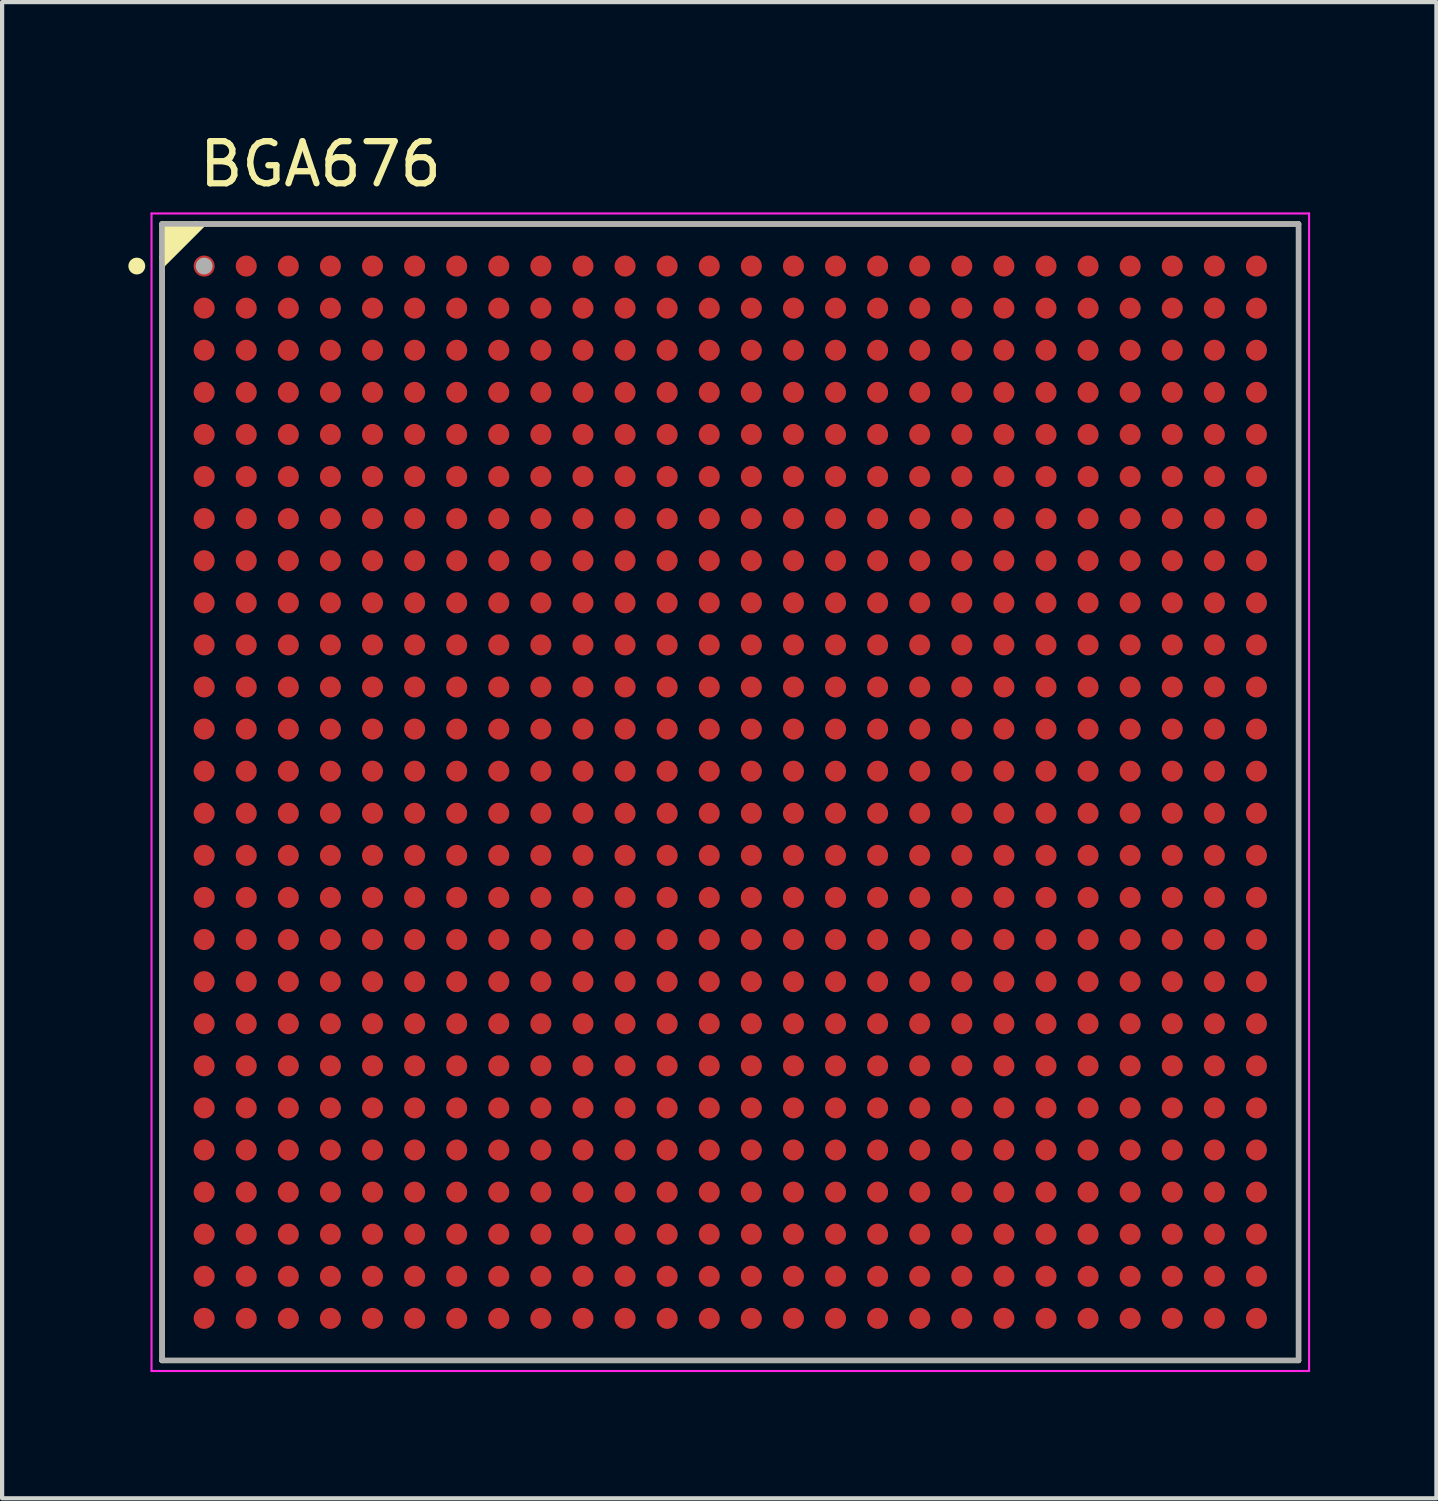
<source format=kicad_pcb>
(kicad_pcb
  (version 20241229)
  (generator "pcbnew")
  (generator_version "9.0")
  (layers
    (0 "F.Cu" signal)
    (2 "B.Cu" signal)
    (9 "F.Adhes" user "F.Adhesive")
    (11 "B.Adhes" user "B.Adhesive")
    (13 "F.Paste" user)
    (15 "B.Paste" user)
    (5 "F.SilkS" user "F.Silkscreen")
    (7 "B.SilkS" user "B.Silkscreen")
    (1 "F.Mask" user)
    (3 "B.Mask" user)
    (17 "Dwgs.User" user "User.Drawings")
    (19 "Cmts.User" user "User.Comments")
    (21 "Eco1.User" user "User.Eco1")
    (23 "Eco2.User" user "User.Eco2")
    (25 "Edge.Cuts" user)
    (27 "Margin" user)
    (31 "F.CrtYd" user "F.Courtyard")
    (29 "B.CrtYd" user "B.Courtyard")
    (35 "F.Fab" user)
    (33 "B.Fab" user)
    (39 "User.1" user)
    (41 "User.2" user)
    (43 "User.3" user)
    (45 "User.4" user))
  (footprint "BGA676"
    (layer "F.Cu")
    (at 14.3 15.771)
    (property "Reference" "BGA676" (at -9.736 -14.922 0) (layer "F.SilkS") (effects (font (size 1 1) (thickness 0.15))))
    (attr smd)
    (fp_line (start -13.5 -13.5) (end -12.7 -13.5) (stroke (width 0.127) (type solid)) (layer "F.SilkS"))
    (fp_line (start -13.5 -12.7) (end -13.5 -13.5) (stroke (width 0.127) (type solid)) (layer "F.SilkS"))
    (fp_line (start -13.5 13.5) (end -13.5 -12.7) (stroke (width 0.127) (type solid)) (layer "F.SilkS"))
    (fp_line (start -12.7 -13.5) (end 13.5 -13.5) (stroke (width 0.127) (type solid)) (layer "F.SilkS"))
    (fp_line (start 13.5 -13.5) (end 13.5 13.5) (stroke (width 0.127) (type solid)) (layer "F.SilkS"))
    (fp_line (start 13.5 13.5) (end -13.5 13.5) (stroke (width 0.127) (type solid)) (layer "F.SilkS"))
    (fp_circle (center -14.1 -12.5) (end -14 -12.5) (stroke (width 0.2) (type solid)) (fill no) (layer "F.SilkS"))
    (fp_poly (pts (xy -13.5 -13.5) (xy -12.5 -13.5) (xy -13.5 -12.5)) (stroke (width 0.1) (type solid)) (fill yes) (layer "F.SilkS"))
    (fp_line (start -13.75 -13.75) (end -13.75 13.75) (stroke (width 0.05) (type solid)) (layer "F.CrtYd"))
    (fp_line (start -13.75 13.75) (end 13.75 13.75) (stroke (width 0.05) (type solid)) (layer "F.CrtYd"))
    (fp_line (start 13.75 -13.75) (end -13.75 -13.75) (stroke (width 0.05) (type solid)) (layer "F.CrtYd"))
    (fp_line (start 13.75 13.75) (end 13.75 -13.75) (stroke (width 0.05) (type solid)) (layer "F.CrtYd"))
    (fp_line (start -13.5 -13.5) (end 13.5 -13.5) (stroke (width 0.127) (type solid)) (layer "F.Fab"))
    (fp_line (start -13.5 13.5) (end -13.5 -13.5) (stroke (width 0.127) (type solid)) (layer "F.Fab"))
    (fp_line (start 13.5 -13.5) (end 13.5 13.5) (stroke (width 0.127) (type solid)) (layer "F.Fab"))
    (fp_line (start 13.5 13.5) (end -13.5 13.5) (stroke (width 0.127) (type solid)) (layer "F.Fab"))
    (fp_circle (center -12.5 -12.5) (end -12.4 -12.5) (stroke (width 0.2) (type solid)) (fill no) (layer "F.Fab"))
    (pad "A1" smd circle (at -12.5 -12.5) (size 0.5 0.5) (layers "F.Cu" "F.Mask" "F.Paste"))
    (pad "A2" smd circle (at -11.5 -12.5) (size 0.5 0.5) (layers "F.Cu" "F.Mask" "F.Paste"))
    (pad "A3" smd circle (at -10.5 -12.5) (size 0.5 0.5) (layers "F.Cu" "F.Mask" "F.Paste"))
    (pad "A4" smd circle (at -9.5 -12.5) (size 0.5 0.5) (layers "F.Cu" "F.Mask" "F.Paste"))
    (pad "A5" smd circle (at -8.5 -12.5) (size 0.5 0.5) (layers "F.Cu" "F.Mask" "F.Paste"))
    (pad "A6" smd circle (at -7.5 -12.5) (size 0.5 0.5) (layers "F.Cu" "F.Mask" "F.Paste"))
    (pad "A7" smd circle (at -6.5 -12.5) (size 0.5 0.5) (layers "F.Cu" "F.Mask" "F.Paste"))
    (pad "A8" smd circle (at -5.5 -12.5) (size 0.5 0.5) (layers "F.Cu" "F.Mask" "F.Paste"))
    (pad "A9" smd circle (at -4.5 -12.5) (size 0.5 0.5) (layers "F.Cu" "F.Mask" "F.Paste"))
    (pad "A10" smd circle (at -3.5 -12.5) (size 0.5 0.5) (layers "F.Cu" "F.Mask" "F.Paste"))
    (pad "A11" smd circle (at -2.5 -12.5) (size 0.5 0.5) (layers "F.Cu" "F.Mask" "F.Paste"))
    (pad "A12" smd circle (at -1.5 -12.5) (size 0.5 0.5) (layers "F.Cu" "F.Mask" "F.Paste"))
    (pad "A13" smd circle (at -0.5 -12.5) (size 0.5 0.5) (layers "F.Cu" "F.Mask" "F.Paste"))
    (pad "A14" smd circle (at 0.5 -12.5) (size 0.5 0.5) (layers "F.Cu" "F.Mask" "F.Paste"))
    (pad "A15" smd circle (at 1.5 -12.5) (size 0.5 0.5) (layers "F.Cu" "F.Mask" "F.Paste"))
    (pad "A16" smd circle (at 2.5 -12.5) (size 0.5 0.5) (layers "F.Cu" "F.Mask" "F.Paste"))
    (pad "A17" smd circle (at 3.5 -12.5) (size 0.5 0.5) (layers "F.Cu" "F.Mask" "F.Paste"))
    (pad "A18" smd circle (at 4.5 -12.5) (size 0.5 0.5) (layers "F.Cu" "F.Mask" "F.Paste"))
    (pad "A19" smd circle (at 5.5 -12.5) (size 0.5 0.5) (layers "F.Cu" "F.Mask" "F.Paste"))
    (pad "A20" smd circle (at 6.5 -12.5) (size 0.5 0.5) (layers "F.Cu" "F.Mask" "F.Paste"))
    (pad "A21" smd circle (at 7.5 -12.5) (size 0.5 0.5) (layers "F.Cu" "F.Mask" "F.Paste"))
    (pad "A22" smd circle (at 8.5 -12.5) (size 0.5 0.5) (layers "F.Cu" "F.Mask" "F.Paste"))
    (pad "A23" smd circle (at 9.5 -12.5) (size 0.5 0.5) (layers "F.Cu" "F.Mask" "F.Paste"))
    (pad "A24" smd circle (at 10.5 -12.5) (size 0.5 0.5) (layers "F.Cu" "F.Mask" "F.Paste"))
    (pad "A25" smd circle (at 11.5 -12.5) (size 0.5 0.5) (layers "F.Cu" "F.Mask" "F.Paste"))
    (pad "A26" smd circle (at 12.5 -12.5) (size 0.5 0.5) (layers "F.Cu" "F.Mask" "F.Paste"))
    (pad "AA1" smd circle (at -12.5 7.5) (size 0.5 0.5) (layers "F.Cu" "F.Mask" "F.Paste"))
    (pad "AA2" smd circle (at -11.5 7.5) (size 0.5 0.5) (layers "F.Cu" "F.Mask" "F.Paste"))
    (pad "AA3" smd circle (at -10.5 7.5) (size 0.5 0.5) (layers "F.Cu" "F.Mask" "F.Paste"))
    (pad "AA4" smd circle (at -9.5 7.5) (size 0.5 0.5) (layers "F.Cu" "F.Mask" "F.Paste"))
    (pad "AA5" smd circle (at -8.5 7.5) (size 0.5 0.5) (layers "F.Cu" "F.Mask" "F.Paste"))
    (pad "AA6" smd circle (at -7.5 7.5) (size 0.5 0.5) (layers "F.Cu" "F.Mask" "F.Paste"))
    (pad "AA7" smd circle (at -6.5 7.5) (size 0.5 0.5) (layers "F.Cu" "F.Mask" "F.Paste"))
    (pad "AA8" smd circle (at -5.5 7.5) (size 0.5 0.5) (layers "F.Cu" "F.Mask" "F.Paste"))
    (pad "AA9" smd circle (at -4.5 7.5) (size 0.5 0.5) (layers "F.Cu" "F.Mask" "F.Paste"))
    (pad "AA10" smd circle (at -3.5 7.5) (size 0.5 0.5) (layers "F.Cu" "F.Mask" "F.Paste"))
    (pad "AA11" smd circle (at -2.5 7.5) (size 0.5 0.5) (layers "F.Cu" "F.Mask" "F.Paste"))
    (pad "AA12" smd circle (at -1.5 7.5) (size 0.5 0.5) (layers "F.Cu" "F.Mask" "F.Paste"))
    (pad "AA13" smd circle (at -0.5 7.5) (size 0.5 0.5) (layers "F.Cu" "F.Mask" "F.Paste"))
    (pad "AA14" smd circle (at 0.5 7.5) (size 0.5 0.5) (layers "F.Cu" "F.Mask" "F.Paste"))
    (pad "AA15" smd circle (at 1.5 7.5) (size 0.5 0.5) (layers "F.Cu" "F.Mask" "F.Paste"))
    (pad "AA16" smd circle (at 2.5 7.5) (size 0.5 0.5) (layers "F.Cu" "F.Mask" "F.Paste"))
    (pad "AA17" smd circle (at 3.5 7.5) (size 0.5 0.5) (layers "F.Cu" "F.Mask" "F.Paste"))
    (pad "AA18" smd circle (at 4.5 7.5) (size 0.5 0.5) (layers "F.Cu" "F.Mask" "F.Paste"))
    (pad "AA19" smd circle (at 5.5 7.5) (size 0.5 0.5) (layers "F.Cu" "F.Mask" "F.Paste"))
    (pad "AA20" smd circle (at 6.5 7.5) (size 0.5 0.5) (layers "F.Cu" "F.Mask" "F.Paste"))
    (pad "AA21" smd circle (at 7.5 7.5) (size 0.5 0.5) (layers "F.Cu" "F.Mask" "F.Paste"))
    (pad "AA22" smd circle (at 8.5 7.5) (size 0.5 0.5) (layers "F.Cu" "F.Mask" "F.Paste"))
    (pad "AA23" smd circle (at 9.5 7.5) (size 0.5 0.5) (layers "F.Cu" "F.Mask" "F.Paste"))
    (pad "AA24" smd circle (at 10.5 7.5) (size 0.5 0.5) (layers "F.Cu" "F.Mask" "F.Paste"))
    (pad "AA25" smd circle (at 11.5 7.5) (size 0.5 0.5) (layers "F.Cu" "F.Mask" "F.Paste"))
    (pad "AA26" smd circle (at 12.5 7.5) (size 0.5 0.5) (layers "F.Cu" "F.Mask" "F.Paste"))
    (pad "AB1" smd circle (at -12.5 8.5) (size 0.5 0.5) (layers "F.Cu" "F.Mask" "F.Paste"))
    (pad "AB2" smd circle (at -11.5 8.5) (size 0.5 0.5) (layers "F.Cu" "F.Mask" "F.Paste"))
    (pad "AB3" smd circle (at -10.5 8.5) (size 0.5 0.5) (layers "F.Cu" "F.Mask" "F.Paste"))
    (pad "AB4" smd circle (at -9.5 8.5) (size 0.5 0.5) (layers "F.Cu" "F.Mask" "F.Paste"))
    (pad "AB5" smd circle (at -8.5 8.5) (size 0.5 0.5) (layers "F.Cu" "F.Mask" "F.Paste"))
    (pad "AB6" smd circle (at -7.5 8.5) (size 0.5 0.5) (layers "F.Cu" "F.Mask" "F.Paste"))
    (pad "AB7" smd circle (at -6.5 8.5) (size 0.5 0.5) (layers "F.Cu" "F.Mask" "F.Paste"))
    (pad "AB8" smd circle (at -5.5 8.5) (size 0.5 0.5) (layers "F.Cu" "F.Mask" "F.Paste"))
    (pad "AB9" smd circle (at -4.5 8.5) (size 0.5 0.5) (layers "F.Cu" "F.Mask" "F.Paste"))
    (pad "AB10" smd circle (at -3.5 8.5) (size 0.5 0.5) (layers "F.Cu" "F.Mask" "F.Paste"))
    (pad "AB11" smd circle (at -2.5 8.5) (size 0.5 0.5) (layers "F.Cu" "F.Mask" "F.Paste"))
    (pad "AB12" smd circle (at -1.5 8.5) (size 0.5 0.5) (layers "F.Cu" "F.Mask" "F.Paste"))
    (pad "AB13" smd circle (at -0.5 8.5) (size 0.5 0.5) (layers "F.Cu" "F.Mask" "F.Paste"))
    (pad "AB14" smd circle (at 0.5 8.5) (size 0.5 0.5) (layers "F.Cu" "F.Mask" "F.Paste"))
    (pad "AB15" smd circle (at 1.5 8.5) (size 0.5 0.5) (layers "F.Cu" "F.Mask" "F.Paste"))
    (pad "AB16" smd circle (at 2.5 8.5) (size 0.5 0.5) (layers "F.Cu" "F.Mask" "F.Paste"))
    (pad "AB17" smd circle (at 3.5 8.5) (size 0.5 0.5) (layers "F.Cu" "F.Mask" "F.Paste"))
    (pad "AB18" smd circle (at 4.5 8.5) (size 0.5 0.5) (layers "F.Cu" "F.Mask" "F.Paste"))
    (pad "AB19" smd circle (at 5.5 8.5) (size 0.5 0.5) (layers "F.Cu" "F.Mask" "F.Paste"))
    (pad "AB20" smd circle (at 6.5 8.5) (size 0.5 0.5) (layers "F.Cu" "F.Mask" "F.Paste"))
    (pad "AB21" smd circle (at 7.5 8.5) (size 0.5 0.5) (layers "F.Cu" "F.Mask" "F.Paste"))
    (pad "AB22" smd circle (at 8.5 8.5) (size 0.5 0.5) (layers "F.Cu" "F.Mask" "F.Paste"))
    (pad "AB23" smd circle (at 9.5 8.5) (size 0.5 0.5) (layers "F.Cu" "F.Mask" "F.Paste"))
    (pad "AB24" smd circle (at 10.5 8.5) (size 0.5 0.5) (layers "F.Cu" "F.Mask" "F.Paste"))
    (pad "AB25" smd circle (at 11.5 8.5) (size 0.5 0.5) (layers "F.Cu" "F.Mask" "F.Paste"))
    (pad "AB26" smd circle (at 12.5 8.5) (size 0.5 0.5) (layers "F.Cu" "F.Mask" "F.Paste"))
    (pad "AC1" smd circle (at -12.5 9.5) (size 0.5 0.5) (layers "F.Cu" "F.Mask" "F.Paste"))
    (pad "AC2" smd circle (at -11.5 9.5) (size 0.5 0.5) (layers "F.Cu" "F.Mask" "F.Paste"))
    (pad "AC3" smd circle (at -10.5 9.5) (size 0.5 0.5) (layers "F.Cu" "F.Mask" "F.Paste"))
    (pad "AC4" smd circle (at -9.5 9.5) (size 0.5 0.5) (layers "F.Cu" "F.Mask" "F.Paste"))
    (pad "AC5" smd circle (at -8.5 9.5) (size 0.5 0.5) (layers "F.Cu" "F.Mask" "F.Paste"))
    (pad "AC6" smd circle (at -7.5 9.5) (size 0.5 0.5) (layers "F.Cu" "F.Mask" "F.Paste"))
    (pad "AC7" smd circle (at -6.5 9.5) (size 0.5 0.5) (layers "F.Cu" "F.Mask" "F.Paste"))
    (pad "AC8" smd circle (at -5.5 9.5) (size 0.5 0.5) (layers "F.Cu" "F.Mask" "F.Paste"))
    (pad "AC9" smd circle (at -4.5 9.5) (size 0.5 0.5) (layers "F.Cu" "F.Mask" "F.Paste"))
    (pad "AC10" smd circle (at -3.5 9.5) (size 0.5 0.5) (layers "F.Cu" "F.Mask" "F.Paste"))
    (pad "AC11" smd circle (at -2.5 9.5) (size 0.5 0.5) (layers "F.Cu" "F.Mask" "F.Paste"))
    (pad "AC12" smd circle (at -1.5 9.5) (size 0.5 0.5) (layers "F.Cu" "F.Mask" "F.Paste"))
    (pad "AC13" smd circle (at -0.5 9.5) (size 0.5 0.5) (layers "F.Cu" "F.Mask" "F.Paste"))
    (pad "AC14" smd circle (at 0.5 9.5) (size 0.5 0.5) (layers "F.Cu" "F.Mask" "F.Paste"))
    (pad "AC15" smd circle (at 1.5 9.5) (size 0.5 0.5) (layers "F.Cu" "F.Mask" "F.Paste"))
    (pad "AC16" smd circle (at 2.5 9.5) (size 0.5 0.5) (layers "F.Cu" "F.Mask" "F.Paste"))
    (pad "AC17" smd circle (at 3.5 9.5) (size 0.5 0.5) (layers "F.Cu" "F.Mask" "F.Paste"))
    (pad "AC18" smd circle (at 4.5 9.5) (size 0.5 0.5) (layers "F.Cu" "F.Mask" "F.Paste"))
    (pad "AC19" smd circle (at 5.5 9.5) (size 0.5 0.5) (layers "F.Cu" "F.Mask" "F.Paste"))
    (pad "AC20" smd circle (at 6.5 9.5) (size 0.5 0.5) (layers "F.Cu" "F.Mask" "F.Paste"))
    (pad "AC21" smd circle (at 7.5 9.5) (size 0.5 0.5) (layers "F.Cu" "F.Mask" "F.Paste"))
    (pad "AC22" smd circle (at 8.5 9.5) (size 0.5 0.5) (layers "F.Cu" "F.Mask" "F.Paste"))
    (pad "AC23" smd circle (at 9.5 9.5) (size 0.5 0.5) (layers "F.Cu" "F.Mask" "F.Paste"))
    (pad "AC24" smd circle (at 10.5 9.5) (size 0.5 0.5) (layers "F.Cu" "F.Mask" "F.Paste"))
    (pad "AC25" smd circle (at 11.5 9.5) (size 0.5 0.5) (layers "F.Cu" "F.Mask" "F.Paste"))
    (pad "AC26" smd circle (at 12.5 9.5) (size 0.5 0.5) (layers "F.Cu" "F.Mask" "F.Paste"))
    (pad "AD1" smd circle (at -12.5 10.5) (size 0.5 0.5) (layers "F.Cu" "F.Mask" "F.Paste"))
    (pad "AD2" smd circle (at -11.5 10.5) (size 0.5 0.5) (layers "F.Cu" "F.Mask" "F.Paste"))
    (pad "AD3" smd circle (at -10.5 10.5) (size 0.5 0.5) (layers "F.Cu" "F.Mask" "F.Paste"))
    (pad "AD4" smd circle (at -9.5 10.5) (size 0.5 0.5) (layers "F.Cu" "F.Mask" "F.Paste"))
    (pad "AD5" smd circle (at -8.5 10.5) (size 0.5 0.5) (layers "F.Cu" "F.Mask" "F.Paste"))
    (pad "AD6" smd circle (at -7.5 10.5) (size 0.5 0.5) (layers "F.Cu" "F.Mask" "F.Paste"))
    (pad "AD7" smd circle (at -6.5 10.5) (size 0.5 0.5) (layers "F.Cu" "F.Mask" "F.Paste"))
    (pad "AD8" smd circle (at -5.5 10.5) (size 0.5 0.5) (layers "F.Cu" "F.Mask" "F.Paste"))
    (pad "AD9" smd circle (at -4.5 10.5) (size 0.5 0.5) (layers "F.Cu" "F.Mask" "F.Paste"))
    (pad "AD10" smd circle (at -3.5 10.5) (size 0.5 0.5) (layers "F.Cu" "F.Mask" "F.Paste"))
    (pad "AD11" smd circle (at -2.5 10.5) (size 0.5 0.5) (layers "F.Cu" "F.Mask" "F.Paste"))
    (pad "AD12" smd circle (at -1.5 10.5) (size 0.5 0.5) (layers "F.Cu" "F.Mask" "F.Paste"))
    (pad "AD13" smd circle (at -0.5 10.5) (size 0.5 0.5) (layers "F.Cu" "F.Mask" "F.Paste"))
    (pad "AD14" smd circle (at 0.5 10.5) (size 0.5 0.5) (layers "F.Cu" "F.Mask" "F.Paste"))
    (pad "AD15" smd circle (at 1.5 10.5) (size 0.5 0.5) (layers "F.Cu" "F.Mask" "F.Paste"))
    (pad "AD16" smd circle (at 2.5 10.5) (size 0.5 0.5) (layers "F.Cu" "F.Mask" "F.Paste"))
    (pad "AD17" smd circle (at 3.5 10.5) (size 0.5 0.5) (layers "F.Cu" "F.Mask" "F.Paste"))
    (pad "AD18" smd circle (at 4.5 10.5) (size 0.5 0.5) (layers "F.Cu" "F.Mask" "F.Paste"))
    (pad "AD19" smd circle (at 5.5 10.5) (size 0.5 0.5) (layers "F.Cu" "F.Mask" "F.Paste"))
    (pad "AD20" smd circle (at 6.5 10.5) (size 0.5 0.5) (layers "F.Cu" "F.Mask" "F.Paste"))
    (pad "AD21" smd circle (at 7.5 10.5) (size 0.5 0.5) (layers "F.Cu" "F.Mask" "F.Paste"))
    (pad "AD22" smd circle (at 8.5 10.5) (size 0.5 0.5) (layers "F.Cu" "F.Mask" "F.Paste"))
    (pad "AD23" smd circle (at 9.5 10.5) (size 0.5 0.5) (layers "F.Cu" "F.Mask" "F.Paste"))
    (pad "AD24" smd circle (at 10.5 10.5) (size 0.5 0.5) (layers "F.Cu" "F.Mask" "F.Paste"))
    (pad "AD25" smd circle (at 11.5 10.5) (size 0.5 0.5) (layers "F.Cu" "F.Mask" "F.Paste"))
    (pad "AD26" smd circle (at 12.5 10.5) (size 0.5 0.5) (layers "F.Cu" "F.Mask" "F.Paste"))
    (pad "AE1" smd circle (at -12.5 11.5) (size 0.5 0.5) (layers "F.Cu" "F.Mask" "F.Paste"))
    (pad "AE2" smd circle (at -11.5 11.5) (size 0.5 0.5) (layers "F.Cu" "F.Mask" "F.Paste"))
    (pad "AE3" smd circle (at -10.5 11.5) (size 0.5 0.5) (layers "F.Cu" "F.Mask" "F.Paste"))
    (pad "AE4" smd circle (at -9.5 11.5) (size 0.5 0.5) (layers "F.Cu" "F.Mask" "F.Paste"))
    (pad "AE5" smd circle (at -8.5 11.5) (size 0.5 0.5) (layers "F.Cu" "F.Mask" "F.Paste"))
    (pad "AE6" smd circle (at -7.5 11.5) (size 0.5 0.5) (layers "F.Cu" "F.Mask" "F.Paste"))
    (pad "AE7" smd circle (at -6.5 11.5) (size 0.5 0.5) (layers "F.Cu" "F.Mask" "F.Paste"))
    (pad "AE8" smd circle (at -5.5 11.5) (size 0.5 0.5) (layers "F.Cu" "F.Mask" "F.Paste"))
    (pad "AE9" smd circle (at -4.5 11.5) (size 0.5 0.5) (layers "F.Cu" "F.Mask" "F.Paste"))
    (pad "AE10" smd circle (at -3.5 11.5) (size 0.5 0.5) (layers "F.Cu" "F.Mask" "F.Paste"))
    (pad "AE11" smd circle (at -2.5 11.5) (size 0.5 0.5) (layers "F.Cu" "F.Mask" "F.Paste"))
    (pad "AE12" smd circle (at -1.5 11.5) (size 0.5 0.5) (layers "F.Cu" "F.Mask" "F.Paste"))
    (pad "AE13" smd circle (at -0.5 11.5) (size 0.5 0.5) (layers "F.Cu" "F.Mask" "F.Paste"))
    (pad "AE14" smd circle (at 0.5 11.5) (size 0.5 0.5) (layers "F.Cu" "F.Mask" "F.Paste"))
    (pad "AE15" smd circle (at 1.5 11.5) (size 0.5 0.5) (layers "F.Cu" "F.Mask" "F.Paste"))
    (pad "AE16" smd circle (at 2.5 11.5) (size 0.5 0.5) (layers "F.Cu" "F.Mask" "F.Paste"))
    (pad "AE17" smd circle (at 3.5 11.5) (size 0.5 0.5) (layers "F.Cu" "F.Mask" "F.Paste"))
    (pad "AE18" smd circle (at 4.5 11.5) (size 0.5 0.5) (layers "F.Cu" "F.Mask" "F.Paste"))
    (pad "AE19" smd circle (at 5.5 11.5) (size 0.5 0.5) (layers "F.Cu" "F.Mask" "F.Paste"))
    (pad "AE20" smd circle (at 6.5 11.5) (size 0.5 0.5) (layers "F.Cu" "F.Mask" "F.Paste"))
    (pad "AE21" smd circle (at 7.5 11.5) (size 0.5 0.5) (layers "F.Cu" "F.Mask" "F.Paste"))
    (pad "AE22" smd circle (at 8.5 11.5) (size 0.5 0.5) (layers "F.Cu" "F.Mask" "F.Paste"))
    (pad "AE23" smd circle (at 9.5 11.5) (size 0.5 0.5) (layers "F.Cu" "F.Mask" "F.Paste"))
    (pad "AE24" smd circle (at 10.5 11.5) (size 0.5 0.5) (layers "F.Cu" "F.Mask" "F.Paste"))
    (pad "AE25" smd circle (at 11.5 11.5) (size 0.5 0.5) (layers "F.Cu" "F.Mask" "F.Paste"))
    (pad "AE26" smd circle (at 12.5 11.5) (size 0.5 0.5) (layers "F.Cu" "F.Mask" "F.Paste"))
    (pad "AF1" smd circle (at -12.5 12.5) (size 0.5 0.5) (layers "F.Cu" "F.Mask" "F.Paste"))
    (pad "AF2" smd circle (at -11.5 12.5) (size 0.5 0.5) (layers "F.Cu" "F.Mask" "F.Paste"))
    (pad "AF3" smd circle (at -10.5 12.5) (size 0.5 0.5) (layers "F.Cu" "F.Mask" "F.Paste"))
    (pad "AF4" smd circle (at -9.5 12.5) (size 0.5 0.5) (layers "F.Cu" "F.Mask" "F.Paste"))
    (pad "AF5" smd circle (at -8.5 12.5) (size 0.5 0.5) (layers "F.Cu" "F.Mask" "F.Paste"))
    (pad "AF6" smd circle (at -7.5 12.5) (size 0.5 0.5) (layers "F.Cu" "F.Mask" "F.Paste"))
    (pad "AF7" smd circle (at -6.5 12.5) (size 0.5 0.5) (layers "F.Cu" "F.Mask" "F.Paste"))
    (pad "AF8" smd circle (at -5.5 12.5) (size 0.5 0.5) (layers "F.Cu" "F.Mask" "F.Paste"))
    (pad "AF9" smd circle (at -4.5 12.5) (size 0.5 0.5) (layers "F.Cu" "F.Mask" "F.Paste"))
    (pad "AF10" smd circle (at -3.5 12.5) (size 0.5 0.5) (layers "F.Cu" "F.Mask" "F.Paste"))
    (pad "AF11" smd circle (at -2.5 12.5) (size 0.5 0.5) (layers "F.Cu" "F.Mask" "F.Paste"))
    (pad "AF12" smd circle (at -1.5 12.5) (size 0.5 0.5) (layers "F.Cu" "F.Mask" "F.Paste"))
    (pad "AF13" smd circle (at -0.5 12.5) (size 0.5 0.5) (layers "F.Cu" "F.Mask" "F.Paste"))
    (pad "AF14" smd circle (at 0.5 12.5) (size 0.5 0.5) (layers "F.Cu" "F.Mask" "F.Paste"))
    (pad "AF15" smd circle (at 1.5 12.5) (size 0.5 0.5) (layers "F.Cu" "F.Mask" "F.Paste"))
    (pad "AF16" smd circle (at 2.5 12.5) (size 0.5 0.5) (layers "F.Cu" "F.Mask" "F.Paste"))
    (pad "AF17" smd circle (at 3.5 12.5) (size 0.5 0.5) (layers "F.Cu" "F.Mask" "F.Paste"))
    (pad "AF18" smd circle (at 4.5 12.5) (size 0.5 0.5) (layers "F.Cu" "F.Mask" "F.Paste"))
    (pad "AF19" smd circle (at 5.5 12.5) (size 0.5 0.5) (layers "F.Cu" "F.Mask" "F.Paste"))
    (pad "AF20" smd circle (at 6.5 12.5) (size 0.5 0.5) (layers "F.Cu" "F.Mask" "F.Paste"))
    (pad "AF21" smd circle (at 7.5 12.5) (size 0.5 0.5) (layers "F.Cu" "F.Mask" "F.Paste"))
    (pad "AF22" smd circle (at 8.5 12.5) (size 0.5 0.5) (layers "F.Cu" "F.Mask" "F.Paste"))
    (pad "AF23" smd circle (at 9.5 12.5) (size 0.5 0.5) (layers "F.Cu" "F.Mask" "F.Paste"))
    (pad "AF24" smd circle (at 10.5 12.5) (size 0.5 0.5) (layers "F.Cu" "F.Mask" "F.Paste"))
    (pad "AF25" smd circle (at 11.5 12.5) (size 0.5 0.5) (layers "F.Cu" "F.Mask" "F.Paste"))
    (pad "AF26" smd circle (at 12.5 12.5) (size 0.5 0.5) (layers "F.Cu" "F.Mask" "F.Paste"))
    (pad "B1" smd circle (at -12.5 -11.5) (size 0.5 0.5) (layers "F.Cu" "F.Mask" "F.Paste"))
    (pad "B2" smd circle (at -11.5 -11.5) (size 0.5 0.5) (layers "F.Cu" "F.Mask" "F.Paste"))
    (pad "B3" smd circle (at -10.5 -11.5) (size 0.5 0.5) (layers "F.Cu" "F.Mask" "F.Paste"))
    (pad "B4" smd circle (at -9.5 -11.5) (size 0.5 0.5) (layers "F.Cu" "F.Mask" "F.Paste"))
    (pad "B5" smd circle (at -8.5 -11.5) (size 0.5 0.5) (layers "F.Cu" "F.Mask" "F.Paste"))
    (pad "B6" smd circle (at -7.5 -11.5) (size 0.5 0.5) (layers "F.Cu" "F.Mask" "F.Paste"))
    (pad "B7" smd circle (at -6.5 -11.5) (size 0.5 0.5) (layers "F.Cu" "F.Mask" "F.Paste"))
    (pad "B8" smd circle (at -5.5 -11.5) (size 0.5 0.5) (layers "F.Cu" "F.Mask" "F.Paste"))
    (pad "B9" smd circle (at -4.5 -11.5) (size 0.5 0.5) (layers "F.Cu" "F.Mask" "F.Paste"))
    (pad "B10" smd circle (at -3.5 -11.5) (size 0.5 0.5) (layers "F.Cu" "F.Mask" "F.Paste"))
    (pad "B11" smd circle (at -2.5 -11.5) (size 0.5 0.5) (layers "F.Cu" "F.Mask" "F.Paste"))
    (pad "B12" smd circle (at -1.5 -11.5) (size 0.5 0.5) (layers "F.Cu" "F.Mask" "F.Paste"))
    (pad "B13" smd circle (at -0.5 -11.5) (size 0.5 0.5) (layers "F.Cu" "F.Mask" "F.Paste"))
    (pad "B14" smd circle (at 0.5 -11.5) (size 0.5 0.5) (layers "F.Cu" "F.Mask" "F.Paste"))
    (pad "B15" smd circle (at 1.5 -11.5) (size 0.5 0.5) (layers "F.Cu" "F.Mask" "F.Paste"))
    (pad "B16" smd circle (at 2.5 -11.5) (size 0.5 0.5) (layers "F.Cu" "F.Mask" "F.Paste"))
    (pad "B17" smd circle (at 3.5 -11.5) (size 0.5 0.5) (layers "F.Cu" "F.Mask" "F.Paste"))
    (pad "B18" smd circle (at 4.5 -11.5) (size 0.5 0.5) (layers "F.Cu" "F.Mask" "F.Paste"))
    (pad "B19" smd circle (at 5.5 -11.5) (size 0.5 0.5) (layers "F.Cu" "F.Mask" "F.Paste"))
    (pad "B20" smd circle (at 6.5 -11.5) (size 0.5 0.5) (layers "F.Cu" "F.Mask" "F.Paste"))
    (pad "B21" smd circle (at 7.5 -11.5) (size 0.5 0.5) (layers "F.Cu" "F.Mask" "F.Paste"))
    (pad "B22" smd circle (at 8.5 -11.5) (size 0.5 0.5) (layers "F.Cu" "F.Mask" "F.Paste"))
    (pad "B23" smd circle (at 9.5 -11.5) (size 0.5 0.5) (layers "F.Cu" "F.Mask" "F.Paste"))
    (pad "B24" smd circle (at 10.5 -11.5) (size 0.5 0.5) (layers "F.Cu" "F.Mask" "F.Paste"))
    (pad "B25" smd circle (at 11.5 -11.5) (size 0.5 0.5) (layers "F.Cu" "F.Mask" "F.Paste"))
    (pad "B26" smd circle (at 12.5 -11.5) (size 0.5 0.5) (layers "F.Cu" "F.Mask" "F.Paste"))
    (pad "C1" smd circle (at -12.5 -10.5) (size 0.5 0.5) (layers "F.Cu" "F.Mask" "F.Paste"))
    (pad "C2" smd circle (at -11.5 -10.5) (size 0.5 0.5) (layers "F.Cu" "F.Mask" "F.Paste"))
    (pad "C3" smd circle (at -10.5 -10.5) (size 0.5 0.5) (layers "F.Cu" "F.Mask" "F.Paste"))
    (pad "C4" smd circle (at -9.5 -10.5) (size 0.5 0.5) (layers "F.Cu" "F.Mask" "F.Paste"))
    (pad "C5" smd circle (at -8.5 -10.5) (size 0.5 0.5) (layers "F.Cu" "F.Mask" "F.Paste"))
    (pad "C6" smd circle (at -7.5 -10.5) (size 0.5 0.5) (layers "F.Cu" "F.Mask" "F.Paste"))
    (pad "C7" smd circle (at -6.5 -10.5) (size 0.5 0.5) (layers "F.Cu" "F.Mask" "F.Paste"))
    (pad "C8" smd circle (at -5.5 -10.5) (size 0.5 0.5) (layers "F.Cu" "F.Mask" "F.Paste"))
    (pad "C9" smd circle (at -4.5 -10.5) (size 0.5 0.5) (layers "F.Cu" "F.Mask" "F.Paste"))
    (pad "C10" smd circle (at -3.5 -10.5) (size 0.5 0.5) (layers "F.Cu" "F.Mask" "F.Paste"))
    (pad "C11" smd circle (at -2.5 -10.5) (size 0.5 0.5) (layers "F.Cu" "F.Mask" "F.Paste"))
    (pad "C12" smd circle (at -1.5 -10.5) (size 0.5 0.5) (layers "F.Cu" "F.Mask" "F.Paste"))
    (pad "C13" smd circle (at -0.5 -10.5) (size 0.5 0.5) (layers "F.Cu" "F.Mask" "F.Paste"))
    (pad "C14" smd circle (at 0.5 -10.5) (size 0.5 0.5) (layers "F.Cu" "F.Mask" "F.Paste"))
    (pad "C15" smd circle (at 1.5 -10.5) (size 0.5 0.5) (layers "F.Cu" "F.Mask" "F.Paste"))
    (pad "C16" smd circle (at 2.5 -10.5) (size 0.5 0.5) (layers "F.Cu" "F.Mask" "F.Paste"))
    (pad "C17" smd circle (at 3.5 -10.5) (size 0.5 0.5) (layers "F.Cu" "F.Mask" "F.Paste"))
    (pad "C18" smd circle (at 4.5 -10.5) (size 0.5 0.5) (layers "F.Cu" "F.Mask" "F.Paste"))
    (pad "C19" smd circle (at 5.5 -10.5) (size 0.5 0.5) (layers "F.Cu" "F.Mask" "F.Paste"))
    (pad "C20" smd circle (at 6.5 -10.5) (size 0.5 0.5) (layers "F.Cu" "F.Mask" "F.Paste"))
    (pad "C21" smd circle (at 7.5 -10.5) (size 0.5 0.5) (layers "F.Cu" "F.Mask" "F.Paste"))
    (pad "C22" smd circle (at 8.5 -10.5) (size 0.5 0.5) (layers "F.Cu" "F.Mask" "F.Paste"))
    (pad "C23" smd circle (at 9.5 -10.5) (size 0.5 0.5) (layers "F.Cu" "F.Mask" "F.Paste"))
    (pad "C24" smd circle (at 10.5 -10.5) (size 0.5 0.5) (layers "F.Cu" "F.Mask" "F.Paste"))
    (pad "C25" smd circle (at 11.5 -10.5) (size 0.5 0.5) (layers "F.Cu" "F.Mask" "F.Paste"))
    (pad "C26" smd circle (at 12.5 -10.5) (size 0.5 0.5) (layers "F.Cu" "F.Mask" "F.Paste"))
    (pad "D1" smd circle (at -12.5 -9.5) (size 0.5 0.5) (layers "F.Cu" "F.Mask" "F.Paste"))
    (pad "D2" smd circle (at -11.5 -9.5) (size 0.5 0.5) (layers "F.Cu" "F.Mask" "F.Paste"))
    (pad "D3" smd circle (at -10.5 -9.5) (size 0.5 0.5) (layers "F.Cu" "F.Mask" "F.Paste"))
    (pad "D4" smd circle (at -9.5 -9.5) (size 0.5 0.5) (layers "F.Cu" "F.Mask" "F.Paste"))
    (pad "D5" smd circle (at -8.5 -9.5) (size 0.5 0.5) (layers "F.Cu" "F.Mask" "F.Paste"))
    (pad "D6" smd circle (at -7.5 -9.5) (size 0.5 0.5) (layers "F.Cu" "F.Mask" "F.Paste"))
    (pad "D7" smd circle (at -6.5 -9.5) (size 0.5 0.5) (layers "F.Cu" "F.Mask" "F.Paste"))
    (pad "D8" smd circle (at -5.5 -9.5) (size 0.5 0.5) (layers "F.Cu" "F.Mask" "F.Paste"))
    (pad "D9" smd circle (at -4.5 -9.5) (size 0.5 0.5) (layers "F.Cu" "F.Mask" "F.Paste"))
    (pad "D10" smd circle (at -3.5 -9.5) (size 0.5 0.5) (layers "F.Cu" "F.Mask" "F.Paste"))
    (pad "D11" smd circle (at -2.5 -9.5) (size 0.5 0.5) (layers "F.Cu" "F.Mask" "F.Paste"))
    (pad "D12" smd circle (at -1.5 -9.5) (size 0.5 0.5) (layers "F.Cu" "F.Mask" "F.Paste"))
    (pad "D13" smd circle (at -0.5 -9.5) (size 0.5 0.5) (layers "F.Cu" "F.Mask" "F.Paste"))
    (pad "D14" smd circle (at 0.5 -9.5) (size 0.5 0.5) (layers "F.Cu" "F.Mask" "F.Paste"))
    (pad "D15" smd circle (at 1.5 -9.5) (size 0.5 0.5) (layers "F.Cu" "F.Mask" "F.Paste"))
    (pad "D16" smd circle (at 2.5 -9.5) (size 0.5 0.5) (layers "F.Cu" "F.Mask" "F.Paste"))
    (pad "D17" smd circle (at 3.5 -9.5) (size 0.5 0.5) (layers "F.Cu" "F.Mask" "F.Paste"))
    (pad "D18" smd circle (at 4.5 -9.5) (size 0.5 0.5) (layers "F.Cu" "F.Mask" "F.Paste"))
    (pad "D19" smd circle (at 5.5 -9.5) (size 0.5 0.5) (layers "F.Cu" "F.Mask" "F.Paste"))
    (pad "D20" smd circle (at 6.5 -9.5) (size 0.5 0.5) (layers "F.Cu" "F.Mask" "F.Paste"))
    (pad "D21" smd circle (at 7.5 -9.5) (size 0.5 0.5) (layers "F.Cu" "F.Mask" "F.Paste"))
    (pad "D22" smd circle (at 8.5 -9.5) (size 0.5 0.5) (layers "F.Cu" "F.Mask" "F.Paste"))
    (pad "D23" smd circle (at 9.5 -9.5) (size 0.5 0.5) (layers "F.Cu" "F.Mask" "F.Paste"))
    (pad "D24" smd circle (at 10.5 -9.5) (size 0.5 0.5) (layers "F.Cu" "F.Mask" "F.Paste"))
    (pad "D25" smd circle (at 11.5 -9.5) (size 0.5 0.5) (layers "F.Cu" "F.Mask" "F.Paste"))
    (pad "D26" smd circle (at 12.5 -9.5) (size 0.5 0.5) (layers "F.Cu" "F.Mask" "F.Paste"))
    (pad "E1" smd circle (at -12.5 -8.5) (size 0.5 0.5) (layers "F.Cu" "F.Mask" "F.Paste"))
    (pad "E2" smd circle (at -11.5 -8.5) (size 0.5 0.5) (layers "F.Cu" "F.Mask" "F.Paste"))
    (pad "E3" smd circle (at -10.5 -8.5) (size 0.5 0.5) (layers "F.Cu" "F.Mask" "F.Paste"))
    (pad "E4" smd circle (at -9.5 -8.5) (size 0.5 0.5) (layers "F.Cu" "F.Mask" "F.Paste"))
    (pad "E5" smd circle (at -8.5 -8.5) (size 0.5 0.5) (layers "F.Cu" "F.Mask" "F.Paste"))
    (pad "E6" smd circle (at -7.5 -8.5) (size 0.5 0.5) (layers "F.Cu" "F.Mask" "F.Paste"))
    (pad "E7" smd circle (at -6.5 -8.5) (size 0.5 0.5) (layers "F.Cu" "F.Mask" "F.Paste"))
    (pad "E8" smd circle (at -5.5 -8.5) (size 0.5 0.5) (layers "F.Cu" "F.Mask" "F.Paste"))
    (pad "E9" smd circle (at -4.5 -8.5) (size 0.5 0.5) (layers "F.Cu" "F.Mask" "F.Paste"))
    (pad "E10" smd circle (at -3.5 -8.5) (size 0.5 0.5) (layers "F.Cu" "F.Mask" "F.Paste"))
    (pad "E11" smd circle (at -2.5 -8.5) (size 0.5 0.5) (layers "F.Cu" "F.Mask" "F.Paste"))
    (pad "E12" smd circle (at -1.5 -8.5) (size 0.5 0.5) (layers "F.Cu" "F.Mask" "F.Paste"))
    (pad "E13" smd circle (at -0.5 -8.5) (size 0.5 0.5) (layers "F.Cu" "F.Mask" "F.Paste"))
    (pad "E14" smd circle (at 0.5 -8.5) (size 0.5 0.5) (layers "F.Cu" "F.Mask" "F.Paste"))
    (pad "E15" smd circle (at 1.5 -8.5) (size 0.5 0.5) (layers "F.Cu" "F.Mask" "F.Paste"))
    (pad "E16" smd circle (at 2.5 -8.5) (size 0.5 0.5) (layers "F.Cu" "F.Mask" "F.Paste"))
    (pad "E17" smd circle (at 3.5 -8.5) (size 0.5 0.5) (layers "F.Cu" "F.Mask" "F.Paste"))
    (pad "E18" smd circle (at 4.5 -8.5) (size 0.5 0.5) (layers "F.Cu" "F.Mask" "F.Paste"))
    (pad "E19" smd circle (at 5.5 -8.5) (size 0.5 0.5) (layers "F.Cu" "F.Mask" "F.Paste"))
    (pad "E20" smd circle (at 6.5 -8.5) (size 0.5 0.5) (layers "F.Cu" "F.Mask" "F.Paste"))
    (pad "E21" smd circle (at 7.5 -8.5) (size 0.5 0.5) (layers "F.Cu" "F.Mask" "F.Paste"))
    (pad "E22" smd circle (at 8.5 -8.5) (size 0.5 0.5) (layers "F.Cu" "F.Mask" "F.Paste"))
    (pad "E23" smd circle (at 9.5 -8.5) (size 0.5 0.5) (layers "F.Cu" "F.Mask" "F.Paste"))
    (pad "E24" smd circle (at 10.5 -8.5) (size 0.5 0.5) (layers "F.Cu" "F.Mask" "F.Paste"))
    (pad "E25" smd circle (at 11.5 -8.5) (size 0.5 0.5) (layers "F.Cu" "F.Mask" "F.Paste"))
    (pad "E26" smd circle (at 12.5 -8.5) (size 0.5 0.5) (layers "F.Cu" "F.Mask" "F.Paste"))
    (pad "F1" smd circle (at -12.5 -7.5) (size 0.5 0.5) (layers "F.Cu" "F.Mask" "F.Paste"))
    (pad "F2" smd circle (at -11.5 -7.5) (size 0.5 0.5) (layers "F.Cu" "F.Mask" "F.Paste"))
    (pad "F3" smd circle (at -10.5 -7.5) (size 0.5 0.5) (layers "F.Cu" "F.Mask" "F.Paste"))
    (pad "F4" smd circle (at -9.5 -7.5) (size 0.5 0.5) (layers "F.Cu" "F.Mask" "F.Paste"))
    (pad "F5" smd circle (at -8.5 -7.5) (size 0.5 0.5) (layers "F.Cu" "F.Mask" "F.Paste"))
    (pad "F6" smd circle (at -7.5 -7.5) (size 0.5 0.5) (layers "F.Cu" "F.Mask" "F.Paste"))
    (pad "F7" smd circle (at -6.5 -7.5) (size 0.5 0.5) (layers "F.Cu" "F.Mask" "F.Paste"))
    (pad "F8" smd circle (at -5.5 -7.5) (size 0.5 0.5) (layers "F.Cu" "F.Mask" "F.Paste"))
    (pad "F9" smd circle (at -4.5 -7.5) (size 0.5 0.5) (layers "F.Cu" "F.Mask" "F.Paste"))
    (pad "F10" smd circle (at -3.5 -7.5) (size 0.5 0.5) (layers "F.Cu" "F.Mask" "F.Paste"))
    (pad "F11" smd circle (at -2.5 -7.5) (size 0.5 0.5) (layers "F.Cu" "F.Mask" "F.Paste"))
    (pad "F12" smd circle (at -1.5 -7.5) (size 0.5 0.5) (layers "F.Cu" "F.Mask" "F.Paste"))
    (pad "F13" smd circle (at -0.5 -7.5) (size 0.5 0.5) (layers "F.Cu" "F.Mask" "F.Paste"))
    (pad "F14" smd circle (at 0.5 -7.5) (size 0.5 0.5) (layers "F.Cu" "F.Mask" "F.Paste"))
    (pad "F15" smd circle (at 1.5 -7.5) (size 0.5 0.5) (layers "F.Cu" "F.Mask" "F.Paste"))
    (pad "F16" smd circle (at 2.5 -7.5) (size 0.5 0.5) (layers "F.Cu" "F.Mask" "F.Paste"))
    (pad "F17" smd circle (at 3.5 -7.5) (size 0.5 0.5) (layers "F.Cu" "F.Mask" "F.Paste"))
    (pad "F18" smd circle (at 4.5 -7.5) (size 0.5 0.5) (layers "F.Cu" "F.Mask" "F.Paste"))
    (pad "F19" smd circle (at 5.5 -7.5) (size 0.5 0.5) (layers "F.Cu" "F.Mask" "F.Paste"))
    (pad "F20" smd circle (at 6.5 -7.5) (size 0.5 0.5) (layers "F.Cu" "F.Mask" "F.Paste"))
    (pad "F21" smd circle (at 7.5 -7.5) (size 0.5 0.5) (layers "F.Cu" "F.Mask" "F.Paste"))
    (pad "F22" smd circle (at 8.5 -7.5) (size 0.5 0.5) (layers "F.Cu" "F.Mask" "F.Paste"))
    (pad "F23" smd circle (at 9.5 -7.5) (size 0.5 0.5) (layers "F.Cu" "F.Mask" "F.Paste"))
    (pad "F24" smd circle (at 10.5 -7.5) (size 0.5 0.5) (layers "F.Cu" "F.Mask" "F.Paste"))
    (pad "F25" smd circle (at 11.5 -7.5) (size 0.5 0.5) (layers "F.Cu" "F.Mask" "F.Paste"))
    (pad "F26" smd circle (at 12.5 -7.5) (size 0.5 0.5) (layers "F.Cu" "F.Mask" "F.Paste"))
    (pad "G1" smd circle (at -12.5 -6.5) (size 0.5 0.5) (layers "F.Cu" "F.Mask" "F.Paste"))
    (pad "G2" smd circle (at -11.5 -6.5) (size 0.5 0.5) (layers "F.Cu" "F.Mask" "F.Paste"))
    (pad "G3" smd circle (at -10.5 -6.5) (size 0.5 0.5) (layers "F.Cu" "F.Mask" "F.Paste"))
    (pad "G4" smd circle (at -9.5 -6.5) (size 0.5 0.5) (layers "F.Cu" "F.Mask" "F.Paste"))
    (pad "G5" smd circle (at -8.5 -6.5) (size 0.5 0.5) (layers "F.Cu" "F.Mask" "F.Paste"))
    (pad "G6" smd circle (at -7.5 -6.5) (size 0.5 0.5) (layers "F.Cu" "F.Mask" "F.Paste"))
    (pad "G7" smd circle (at -6.5 -6.5) (size 0.5 0.5) (layers "F.Cu" "F.Mask" "F.Paste"))
    (pad "G8" smd circle (at -5.5 -6.5) (size 0.5 0.5) (layers "F.Cu" "F.Mask" "F.Paste"))
    (pad "G9" smd circle (at -4.5 -6.5) (size 0.5 0.5) (layers "F.Cu" "F.Mask" "F.Paste"))
    (pad "G10" smd circle (at -3.5 -6.5) (size 0.5 0.5) (layers "F.Cu" "F.Mask" "F.Paste"))
    (pad "G11" smd circle (at -2.5 -6.5) (size 0.5 0.5) (layers "F.Cu" "F.Mask" "F.Paste"))
    (pad "G12" smd circle (at -1.5 -6.5) (size 0.5 0.5) (layers "F.Cu" "F.Mask" "F.Paste"))
    (pad "G13" smd circle (at -0.5 -6.5) (size 0.5 0.5) (layers "F.Cu" "F.Mask" "F.Paste"))
    (pad "G14" smd circle (at 0.5 -6.5) (size 0.5 0.5) (layers "F.Cu" "F.Mask" "F.Paste"))
    (pad "G15" smd circle (at 1.5 -6.5) (size 0.5 0.5) (layers "F.Cu" "F.Mask" "F.Paste"))
    (pad "G16" smd circle (at 2.5 -6.5) (size 0.5 0.5) (layers "F.Cu" "F.Mask" "F.Paste"))
    (pad "G17" smd circle (at 3.5 -6.5) (size 0.5 0.5) (layers "F.Cu" "F.Mask" "F.Paste"))
    (pad "G18" smd circle (at 4.5 -6.5) (size 0.5 0.5) (layers "F.Cu" "F.Mask" "F.Paste"))
    (pad "G19" smd circle (at 5.5 -6.5) (size 0.5 0.5) (layers "F.Cu" "F.Mask" "F.Paste"))
    (pad "G20" smd circle (at 6.5 -6.5) (size 0.5 0.5) (layers "F.Cu" "F.Mask" "F.Paste"))
    (pad "G21" smd circle (at 7.5 -6.5) (size 0.5 0.5) (layers "F.Cu" "F.Mask" "F.Paste"))
    (pad "G22" smd circle (at 8.5 -6.5) (size 0.5 0.5) (layers "F.Cu" "F.Mask" "F.Paste"))
    (pad "G23" smd circle (at 9.5 -6.5) (size 0.5 0.5) (layers "F.Cu" "F.Mask" "F.Paste"))
    (pad "G24" smd circle (at 10.5 -6.5) (size 0.5 0.5) (layers "F.Cu" "F.Mask" "F.Paste"))
    (pad "G25" smd circle (at 11.5 -6.5) (size 0.5 0.5) (layers "F.Cu" "F.Mask" "F.Paste"))
    (pad "G26" smd circle (at 12.5 -6.5) (size 0.5 0.5) (layers "F.Cu" "F.Mask" "F.Paste"))
    (pad "H1" smd circle (at -12.5 -5.5) (size 0.5 0.5) (layers "F.Cu" "F.Mask" "F.Paste"))
    (pad "H2" smd circle (at -11.5 -5.5) (size 0.5 0.5) (layers "F.Cu" "F.Mask" "F.Paste"))
    (pad "H3" smd circle (at -10.5 -5.5) (size 0.5 0.5) (layers "F.Cu" "F.Mask" "F.Paste"))
    (pad "H4" smd circle (at -9.5 -5.5) (size 0.5 0.5) (layers "F.Cu" "F.Mask" "F.Paste"))
    (pad "H5" smd circle (at -8.5 -5.5) (size 0.5 0.5) (layers "F.Cu" "F.Mask" "F.Paste"))
    (pad "H6" smd circle (at -7.5 -5.5) (size 0.5 0.5) (layers "F.Cu" "F.Mask" "F.Paste"))
    (pad "H7" smd circle (at -6.5 -5.5) (size 0.5 0.5) (layers "F.Cu" "F.Mask" "F.Paste"))
    (pad "H8" smd circle (at -5.5 -5.5) (size 0.5 0.5) (layers "F.Cu" "F.Mask" "F.Paste"))
    (pad "H9" smd circle (at -4.5 -5.5) (size 0.5 0.5) (layers "F.Cu" "F.Mask" "F.Paste"))
    (pad "H10" smd circle (at -3.5 -5.5) (size 0.5 0.5) (layers "F.Cu" "F.Mask" "F.Paste"))
    (pad "H11" smd circle (at -2.5 -5.5) (size 0.5 0.5) (layers "F.Cu" "F.Mask" "F.Paste"))
    (pad "H12" smd circle (at -1.5 -5.5) (size 0.5 0.5) (layers "F.Cu" "F.Mask" "F.Paste"))
    (pad "H13" smd circle (at -0.5 -5.5) (size 0.5 0.5) (layers "F.Cu" "F.Mask" "F.Paste"))
    (pad "H14" smd circle (at 0.5 -5.5) (size 0.5 0.5) (layers "F.Cu" "F.Mask" "F.Paste"))
    (pad "H15" smd circle (at 1.5 -5.5) (size 0.5 0.5) (layers "F.Cu" "F.Mask" "F.Paste"))
    (pad "H16" smd circle (at 2.5 -5.5) (size 0.5 0.5) (layers "F.Cu" "F.Mask" "F.Paste"))
    (pad "H17" smd circle (at 3.5 -5.5) (size 0.5 0.5) (layers "F.Cu" "F.Mask" "F.Paste"))
    (pad "H18" smd circle (at 4.5 -5.5) (size 0.5 0.5) (layers "F.Cu" "F.Mask" "F.Paste"))
    (pad "H19" smd circle (at 5.5 -5.5) (size 0.5 0.5) (layers "F.Cu" "F.Mask" "F.Paste"))
    (pad "H20" smd circle (at 6.5 -5.5) (size 0.5 0.5) (layers "F.Cu" "F.Mask" "F.Paste"))
    (pad "H21" smd circle (at 7.5 -5.5) (size 0.5 0.5) (layers "F.Cu" "F.Mask" "F.Paste"))
    (pad "H22" smd circle (at 8.5 -5.5) (size 0.5 0.5) (layers "F.Cu" "F.Mask" "F.Paste"))
    (pad "H23" smd circle (at 9.5 -5.5) (size 0.5 0.5) (layers "F.Cu" "F.Mask" "F.Paste"))
    (pad "H24" smd circle (at 10.5 -5.5) (size 0.5 0.5) (layers "F.Cu" "F.Mask" "F.Paste"))
    (pad "H25" smd circle (at 11.5 -5.5) (size 0.5 0.5) (layers "F.Cu" "F.Mask" "F.Paste"))
    (pad "H26" smd circle (at 12.5 -5.5) (size 0.5 0.5) (layers "F.Cu" "F.Mask" "F.Paste"))
    (pad "J1" smd circle (at -12.5 -4.5) (size 0.5 0.5) (layers "F.Cu" "F.Mask" "F.Paste"))
    (pad "J2" smd circle (at -11.5 -4.5) (size 0.5 0.5) (layers "F.Cu" "F.Mask" "F.Paste"))
    (pad "J3" smd circle (at -10.5 -4.5) (size 0.5 0.5) (layers "F.Cu" "F.Mask" "F.Paste"))
    (pad "J4" smd circle (at -9.5 -4.5) (size 0.5 0.5) (layers "F.Cu" "F.Mask" "F.Paste"))
    (pad "J5" smd circle (at -8.5 -4.5) (size 0.5 0.5) (layers "F.Cu" "F.Mask" "F.Paste"))
    (pad "J6" smd circle (at -7.5 -4.5) (size 0.5 0.5) (layers "F.Cu" "F.Mask" "F.Paste"))
    (pad "J7" smd circle (at -6.5 -4.5) (size 0.5 0.5) (layers "F.Cu" "F.Mask" "F.Paste"))
    (pad "J8" smd circle (at -5.5 -4.5) (size 0.5 0.5) (layers "F.Cu" "F.Mask" "F.Paste"))
    (pad "J9" smd circle (at -4.5 -4.5) (size 0.5 0.5) (layers "F.Cu" "F.Mask" "F.Paste"))
    (pad "J10" smd circle (at -3.5 -4.5) (size 0.5 0.5) (layers "F.Cu" "F.Mask" "F.Paste"))
    (pad "J11" smd circle (at -2.5 -4.5) (size 0.5 0.5) (layers "F.Cu" "F.Mask" "F.Paste"))
    (pad "J12" smd circle (at -1.5 -4.5) (size 0.5 0.5) (layers "F.Cu" "F.Mask" "F.Paste"))
    (pad "J13" smd circle (at -0.5 -4.5) (size 0.5 0.5) (layers "F.Cu" "F.Mask" "F.Paste"))
    (pad "J14" smd circle (at 0.5 -4.5) (size 0.5 0.5) (layers "F.Cu" "F.Mask" "F.Paste"))
    (pad "J15" smd circle (at 1.5 -4.5) (size 0.5 0.5) (layers "F.Cu" "F.Mask" "F.Paste"))
    (pad "J16" smd circle (at 2.5 -4.5) (size 0.5 0.5) (layers "F.Cu" "F.Mask" "F.Paste"))
    (pad "J17" smd circle (at 3.5 -4.5) (size 0.5 0.5) (layers "F.Cu" "F.Mask" "F.Paste"))
    (pad "J18" smd circle (at 4.5 -4.5) (size 0.5 0.5) (layers "F.Cu" "F.Mask" "F.Paste"))
    (pad "J19" smd circle (at 5.5 -4.5) (size 0.5 0.5) (layers "F.Cu" "F.Mask" "F.Paste"))
    (pad "J20" smd circle (at 6.5 -4.5) (size 0.5 0.5) (layers "F.Cu" "F.Mask" "F.Paste"))
    (pad "J21" smd circle (at 7.5 -4.5) (size 0.5 0.5) (layers "F.Cu" "F.Mask" "F.Paste"))
    (pad "J22" smd circle (at 8.5 -4.5) (size 0.5 0.5) (layers "F.Cu" "F.Mask" "F.Paste"))
    (pad "J23" smd circle (at 9.5 -4.5) (size 0.5 0.5) (layers "F.Cu" "F.Mask" "F.Paste"))
    (pad "J24" smd circle (at 10.5 -4.5) (size 0.5 0.5) (layers "F.Cu" "F.Mask" "F.Paste"))
    (pad "J25" smd circle (at 11.5 -4.5) (size 0.5 0.5) (layers "F.Cu" "F.Mask" "F.Paste"))
    (pad "J26" smd circle (at 12.5 -4.5) (size 0.5 0.5) (layers "F.Cu" "F.Mask" "F.Paste"))
    (pad "K1" smd circle (at -12.5 -3.5) (size 0.5 0.5) (layers "F.Cu" "F.Mask" "F.Paste"))
    (pad "K2" smd circle (at -11.5 -3.5) (size 0.5 0.5) (layers "F.Cu" "F.Mask" "F.Paste"))
    (pad "K3" smd circle (at -10.5 -3.5) (size 0.5 0.5) (layers "F.Cu" "F.Mask" "F.Paste"))
    (pad "K4" smd circle (at -9.5 -3.5) (size 0.5 0.5) (layers "F.Cu" "F.Mask" "F.Paste"))
    (pad "K5" smd circle (at -8.5 -3.5) (size 0.5 0.5) (layers "F.Cu" "F.Mask" "F.Paste"))
    (pad "K6" smd circle (at -7.5 -3.5) (size 0.5 0.5) (layers "F.Cu" "F.Mask" "F.Paste"))
    (pad "K7" smd circle (at -6.5 -3.5) (size 0.5 0.5) (layers "F.Cu" "F.Mask" "F.Paste"))
    (pad "K8" smd circle (at -5.5 -3.5) (size 0.5 0.5) (layers "F.Cu" "F.Mask" "F.Paste"))
    (pad "K9" smd circle (at -4.5 -3.5) (size 0.5 0.5) (layers "F.Cu" "F.Mask" "F.Paste"))
    (pad "K10" smd circle (at -3.5 -3.5) (size 0.5 0.5) (layers "F.Cu" "F.Mask" "F.Paste"))
    (pad "K11" smd circle (at -2.5 -3.5) (size 0.5 0.5) (layers "F.Cu" "F.Mask" "F.Paste"))
    (pad "K12" smd circle (at -1.5 -3.5) (size 0.5 0.5) (layers "F.Cu" "F.Mask" "F.Paste"))
    (pad "K13" smd circle (at -0.5 -3.5) (size 0.5 0.5) (layers "F.Cu" "F.Mask" "F.Paste"))
    (pad "K14" smd circle (at 0.5 -3.5) (size 0.5 0.5) (layers "F.Cu" "F.Mask" "F.Paste"))
    (pad "K15" smd circle (at 1.5 -3.5) (size 0.5 0.5) (layers "F.Cu" "F.Mask" "F.Paste"))
    (pad "K16" smd circle (at 2.5 -3.5) (size 0.5 0.5) (layers "F.Cu" "F.Mask" "F.Paste"))
    (pad "K17" smd circle (at 3.5 -3.5) (size 0.5 0.5) (layers "F.Cu" "F.Mask" "F.Paste"))
    (pad "K18" smd circle (at 4.5 -3.5) (size 0.5 0.5) (layers "F.Cu" "F.Mask" "F.Paste"))
    (pad "K19" smd circle (at 5.5 -3.5) (size 0.5 0.5) (layers "F.Cu" "F.Mask" "F.Paste"))
    (pad "K20" smd circle (at 6.5 -3.5) (size 0.5 0.5) (layers "F.Cu" "F.Mask" "F.Paste"))
    (pad "K21" smd circle (at 7.5 -3.5) (size 0.5 0.5) (layers "F.Cu" "F.Mask" "F.Paste"))
    (pad "K22" smd circle (at 8.5 -3.5) (size 0.5 0.5) (layers "F.Cu" "F.Mask" "F.Paste"))
    (pad "K23" smd circle (at 9.5 -3.5) (size 0.5 0.5) (layers "F.Cu" "F.Mask" "F.Paste"))
    (pad "K24" smd circle (at 10.5 -3.5) (size 0.5 0.5) (layers "F.Cu" "F.Mask" "F.Paste"))
    (pad "K25" smd circle (at 11.5 -3.5) (size 0.5 0.5) (layers "F.Cu" "F.Mask" "F.Paste"))
    (pad "K26" smd circle (at 12.5 -3.5) (size 0.5 0.5) (layers "F.Cu" "F.Mask" "F.Paste"))
    (pad "L1" smd circle (at -12.5 -2.5) (size 0.5 0.5) (layers "F.Cu" "F.Mask" "F.Paste"))
    (pad "L2" smd circle (at -11.5 -2.5) (size 0.5 0.5) (layers "F.Cu" "F.Mask" "F.Paste"))
    (pad "L3" smd circle (at -10.5 -2.5) (size 0.5 0.5) (layers "F.Cu" "F.Mask" "F.Paste"))
    (pad "L4" smd circle (at -9.5 -2.5) (size 0.5 0.5) (layers "F.Cu" "F.Mask" "F.Paste"))
    (pad "L5" smd circle (at -8.5 -2.5) (size 0.5 0.5) (layers "F.Cu" "F.Mask" "F.Paste"))
    (pad "L6" smd circle (at -7.5 -2.5) (size 0.5 0.5) (layers "F.Cu" "F.Mask" "F.Paste"))
    (pad "L7" smd circle (at -6.5 -2.5) (size 0.5 0.5) (layers "F.Cu" "F.Mask" "F.Paste"))
    (pad "L8" smd circle (at -5.5 -2.5) (size 0.5 0.5) (layers "F.Cu" "F.Mask" "F.Paste"))
    (pad "L9" smd circle (at -4.5 -2.5) (size 0.5 0.5) (layers "F.Cu" "F.Mask" "F.Paste"))
    (pad "L10" smd circle (at -3.5 -2.5) (size 0.5 0.5) (layers "F.Cu" "F.Mask" "F.Paste"))
    (pad "L11" smd circle (at -2.5 -2.5) (size 0.5 0.5) (layers "F.Cu" "F.Mask" "F.Paste"))
    (pad "L12" smd circle (at -1.5 -2.5) (size 0.5 0.5) (layers "F.Cu" "F.Mask" "F.Paste"))
    (pad "L13" smd circle (at -0.5 -2.5) (size 0.5 0.5) (layers "F.Cu" "F.Mask" "F.Paste"))
    (pad "L14" smd circle (at 0.5 -2.5) (size 0.5 0.5) (layers "F.Cu" "F.Mask" "F.Paste"))
    (pad "L15" smd circle (at 1.5 -2.5) (size 0.5 0.5) (layers "F.Cu" "F.Mask" "F.Paste"))
    (pad "L16" smd circle (at 2.5 -2.5) (size 0.5 0.5) (layers "F.Cu" "F.Mask" "F.Paste"))
    (pad "L17" smd circle (at 3.5 -2.5) (size 0.5 0.5) (layers "F.Cu" "F.Mask" "F.Paste"))
    (pad "L18" smd circle (at 4.5 -2.5) (size 0.5 0.5) (layers "F.Cu" "F.Mask" "F.Paste"))
    (pad "L19" smd circle (at 5.5 -2.5) (size 0.5 0.5) (layers "F.Cu" "F.Mask" "F.Paste"))
    (pad "L20" smd circle (at 6.5 -2.5) (size 0.5 0.5) (layers "F.Cu" "F.Mask" "F.Paste"))
    (pad "L21" smd circle (at 7.5 -2.5) (size 0.5 0.5) (layers "F.Cu" "F.Mask" "F.Paste"))
    (pad "L22" smd circle (at 8.5 -2.5) (size 0.5 0.5) (layers "F.Cu" "F.Mask" "F.Paste"))
    (pad "L23" smd circle (at 9.5 -2.5) (size 0.5 0.5) (layers "F.Cu" "F.Mask" "F.Paste"))
    (pad "L24" smd circle (at 10.5 -2.5) (size 0.5 0.5) (layers "F.Cu" "F.Mask" "F.Paste"))
    (pad "L25" smd circle (at 11.5 -2.5) (size 0.5 0.5) (layers "F.Cu" "F.Mask" "F.Paste"))
    (pad "L26" smd circle (at 12.5 -2.5) (size 0.5 0.5) (layers "F.Cu" "F.Mask" "F.Paste"))
    (pad "M1" smd circle (at -12.5 -1.5) (size 0.5 0.5) (layers "F.Cu" "F.Mask" "F.Paste"))
    (pad "M2" smd circle (at -11.5 -1.5) (size 0.5 0.5) (layers "F.Cu" "F.Mask" "F.Paste"))
    (pad "M3" smd circle (at -10.5 -1.5) (size 0.5 0.5) (layers "F.Cu" "F.Mask" "F.Paste"))
    (pad "M4" smd circle (at -9.5 -1.5) (size 0.5 0.5) (layers "F.Cu" "F.Mask" "F.Paste"))
    (pad "M5" smd circle (at -8.5 -1.5) (size 0.5 0.5) (layers "F.Cu" "F.Mask" "F.Paste"))
    (pad "M6" smd circle (at -7.5 -1.5) (size 0.5 0.5) (layers "F.Cu" "F.Mask" "F.Paste"))
    (pad "M7" smd circle (at -6.5 -1.5) (size 0.5 0.5) (layers "F.Cu" "F.Mask" "F.Paste"))
    (pad "M8" smd circle (at -5.5 -1.5) (size 0.5 0.5) (layers "F.Cu" "F.Mask" "F.Paste"))
    (pad "M9" smd circle (at -4.5 -1.5) (size 0.5 0.5) (layers "F.Cu" "F.Mask" "F.Paste"))
    (pad "M10" smd circle (at -3.5 -1.5) (size 0.5 0.5) (layers "F.Cu" "F.Mask" "F.Paste"))
    (pad "M11" smd circle (at -2.5 -1.5) (size 0.5 0.5) (layers "F.Cu" "F.Mask" "F.Paste"))
    (pad "M12" smd circle (at -1.5 -1.5) (size 0.5 0.5) (layers "F.Cu" "F.Mask" "F.Paste"))
    (pad "M13" smd circle (at -0.5 -1.5) (size 0.5 0.5) (layers "F.Cu" "F.Mask" "F.Paste"))
    (pad "M14" smd circle (at 0.5 -1.5) (size 0.5 0.5) (layers "F.Cu" "F.Mask" "F.Paste"))
    (pad "M15" smd circle (at 1.5 -1.5) (size 0.5 0.5) (layers "F.Cu" "F.Mask" "F.Paste"))
    (pad "M16" smd circle (at 2.5 -1.5) (size 0.5 0.5) (layers "F.Cu" "F.Mask" "F.Paste"))
    (pad "M17" smd circle (at 3.5 -1.5) (size 0.5 0.5) (layers "F.Cu" "F.Mask" "F.Paste"))
    (pad "M18" smd circle (at 4.5 -1.5) (size 0.5 0.5) (layers "F.Cu" "F.Mask" "F.Paste"))
    (pad "M19" smd circle (at 5.5 -1.5) (size 0.5 0.5) (layers "F.Cu" "F.Mask" "F.Paste"))
    (pad "M20" smd circle (at 6.5 -1.5) (size 0.5 0.5) (layers "F.Cu" "F.Mask" "F.Paste"))
    (pad "M21" smd circle (at 7.5 -1.5) (size 0.5 0.5) (layers "F.Cu" "F.Mask" "F.Paste"))
    (pad "M22" smd circle (at 8.5 -1.5) (size 0.5 0.5) (layers "F.Cu" "F.Mask" "F.Paste"))
    (pad "M23" smd circle (at 9.5 -1.5) (size 0.5 0.5) (layers "F.Cu" "F.Mask" "F.Paste"))
    (pad "M24" smd circle (at 10.5 -1.5) (size 0.5 0.5) (layers "F.Cu" "F.Mask" "F.Paste"))
    (pad "M25" smd circle (at 11.5 -1.5) (size 0.5 0.5) (layers "F.Cu" "F.Mask" "F.Paste"))
    (pad "M26" smd circle (at 12.5 -1.5) (size 0.5 0.5) (layers "F.Cu" "F.Mask" "F.Paste"))
    (pad "N1" smd circle (at -12.5 -0.5) (size 0.5 0.5) (layers "F.Cu" "F.Mask" "F.Paste"))
    (pad "N2" smd circle (at -11.5 -0.5) (size 0.5 0.5) (layers "F.Cu" "F.Mask" "F.Paste"))
    (pad "N3" smd circle (at -10.5 -0.5) (size 0.5 0.5) (layers "F.Cu" "F.Mask" "F.Paste"))
    (pad "N4" smd circle (at -9.5 -0.5) (size 0.5 0.5) (layers "F.Cu" "F.Mask" "F.Paste"))
    (pad "N5" smd circle (at -8.5 -0.5) (size 0.5 0.5) (layers "F.Cu" "F.Mask" "F.Paste"))
    (pad "N6" smd circle (at -7.5 -0.5) (size 0.5 0.5) (layers "F.Cu" "F.Mask" "F.Paste"))
    (pad "N7" smd circle (at -6.5 -0.5) (size 0.5 0.5) (layers "F.Cu" "F.Mask" "F.Paste"))
    (pad "N8" smd circle (at -5.5 -0.5) (size 0.5 0.5) (layers "F.Cu" "F.Mask" "F.Paste"))
    (pad "N9" smd circle (at -4.5 -0.5) (size 0.5 0.5) (layers "F.Cu" "F.Mask" "F.Paste"))
    (pad "N10" smd circle (at -3.5 -0.5) (size 0.5 0.5) (layers "F.Cu" "F.Mask" "F.Paste"))
    (pad "N11" smd circle (at -2.5 -0.5) (size 0.5 0.5) (layers "F.Cu" "F.Mask" "F.Paste"))
    (pad "N12" smd circle (at -1.5 -0.5) (size 0.5 0.5) (layers "F.Cu" "F.Mask" "F.Paste"))
    (pad "N13" smd circle (at -0.5 -0.5) (size 0.5 0.5) (layers "F.Cu" "F.Mask" "F.Paste"))
    (pad "N14" smd circle (at 0.5 -0.5) (size 0.5 0.5) (layers "F.Cu" "F.Mask" "F.Paste"))
    (pad "N15" smd circle (at 1.5 -0.5) (size 0.5 0.5) (layers "F.Cu" "F.Mask" "F.Paste"))
    (pad "N16" smd circle (at 2.5 -0.5) (size 0.5 0.5) (layers "F.Cu" "F.Mask" "F.Paste"))
    (pad "N17" smd circle (at 3.5 -0.5) (size 0.5 0.5) (layers "F.Cu" "F.Mask" "F.Paste"))
    (pad "N18" smd circle (at 4.5 -0.5) (size 0.5 0.5) (layers "F.Cu" "F.Mask" "F.Paste"))
    (pad "N19" smd circle (at 5.5 -0.5) (size 0.5 0.5) (layers "F.Cu" "F.Mask" "F.Paste"))
    (pad "N20" smd circle (at 6.5 -0.5) (size 0.5 0.5) (layers "F.Cu" "F.Mask" "F.Paste"))
    (pad "N21" smd circle (at 7.5 -0.5) (size 0.5 0.5) (layers "F.Cu" "F.Mask" "F.Paste"))
    (pad "N22" smd circle (at 8.5 -0.5) (size 0.5 0.5) (layers "F.Cu" "F.Mask" "F.Paste"))
    (pad "N23" smd circle (at 9.5 -0.5) (size 0.5 0.5) (layers "F.Cu" "F.Mask" "F.Paste"))
    (pad "N24" smd circle (at 10.5 -0.5) (size 0.5 0.5) (layers "F.Cu" "F.Mask" "F.Paste"))
    (pad "N25" smd circle (at 11.5 -0.5) (size 0.5 0.5) (layers "F.Cu" "F.Mask" "F.Paste"))
    (pad "N26" smd circle (at 12.5 -0.5) (size 0.5 0.5) (layers "F.Cu" "F.Mask" "F.Paste"))
    (pad "P1" smd circle (at -12.5 0.5) (size 0.5 0.5) (layers "F.Cu" "F.Mask" "F.Paste"))
    (pad "P2" smd circle (at -11.5 0.5) (size 0.5 0.5) (layers "F.Cu" "F.Mask" "F.Paste"))
    (pad "P3" smd circle (at -10.5 0.5) (size 0.5 0.5) (layers "F.Cu" "F.Mask" "F.Paste"))
    (pad "P4" smd circle (at -9.5 0.5) (size 0.5 0.5) (layers "F.Cu" "F.Mask" "F.Paste"))
    (pad "P5" smd circle (at -8.5 0.5) (size 0.5 0.5) (layers "F.Cu" "F.Mask" "F.Paste"))
    (pad "P6" smd circle (at -7.5 0.5) (size 0.5 0.5) (layers "F.Cu" "F.Mask" "F.Paste"))
    (pad "P7" smd circle (at -6.5 0.5) (size 0.5 0.5) (layers "F.Cu" "F.Mask" "F.Paste"))
    (pad "P8" smd circle (at -5.5 0.5) (size 0.5 0.5) (layers "F.Cu" "F.Mask" "F.Paste"))
    (pad "P9" smd circle (at -4.5 0.5) (size 0.5 0.5) (layers "F.Cu" "F.Mask" "F.Paste"))
    (pad "P10" smd circle (at -3.5 0.5) (size 0.5 0.5) (layers "F.Cu" "F.Mask" "F.Paste"))
    (pad "P11" smd circle (at -2.5 0.5) (size 0.5 0.5) (layers "F.Cu" "F.Mask" "F.Paste"))
    (pad "P12" smd circle (at -1.5 0.5) (size 0.5 0.5) (layers "F.Cu" "F.Mask" "F.Paste"))
    (pad "P13" smd circle (at -0.5 0.5) (size 0.5 0.5) (layers "F.Cu" "F.Mask" "F.Paste"))
    (pad "P14" smd circle (at 0.5 0.5) (size 0.5 0.5) (layers "F.Cu" "F.Mask" "F.Paste"))
    (pad "P15" smd circle (at 1.5 0.5) (size 0.5 0.5) (layers "F.Cu" "F.Mask" "F.Paste"))
    (pad "P16" smd circle (at 2.5 0.5) (size 0.5 0.5) (layers "F.Cu" "F.Mask" "F.Paste"))
    (pad "P17" smd circle (at 3.5 0.5) (size 0.5 0.5) (layers "F.Cu" "F.Mask" "F.Paste"))
    (pad "P18" smd circle (at 4.5 0.5) (size 0.5 0.5) (layers "F.Cu" "F.Mask" "F.Paste"))
    (pad "P19" smd circle (at 5.5 0.5) (size 0.5 0.5) (layers "F.Cu" "F.Mask" "F.Paste"))
    (pad "P20" smd circle (at 6.5 0.5) (size 0.5 0.5) (layers "F.Cu" "F.Mask" "F.Paste"))
    (pad "P21" smd circle (at 7.5 0.5) (size 0.5 0.5) (layers "F.Cu" "F.Mask" "F.Paste"))
    (pad "P22" smd circle (at 8.5 0.5) (size 0.5 0.5) (layers "F.Cu" "F.Mask" "F.Paste"))
    (pad "P23" smd circle (at 9.5 0.5) (size 0.5 0.5) (layers "F.Cu" "F.Mask" "F.Paste"))
    (pad "P24" smd circle (at 10.5 0.5) (size 0.5 0.5) (layers "F.Cu" "F.Mask" "F.Paste"))
    (pad "P25" smd circle (at 11.5 0.5) (size 0.5 0.5) (layers "F.Cu" "F.Mask" "F.Paste"))
    (pad "P26" smd circle (at 12.5 0.5) (size 0.5 0.5) (layers "F.Cu" "F.Mask" "F.Paste"))
    (pad "R1" smd circle (at -12.5 1.5) (size 0.5 0.5) (layers "F.Cu" "F.Mask" "F.Paste"))
    (pad "R2" smd circle (at -11.5 1.5) (size 0.5 0.5) (layers "F.Cu" "F.Mask" "F.Paste"))
    (pad "R3" smd circle (at -10.5 1.5) (size 0.5 0.5) (layers "F.Cu" "F.Mask" "F.Paste"))
    (pad "R4" smd circle (at -9.5 1.5) (size 0.5 0.5) (layers "F.Cu" "F.Mask" "F.Paste"))
    (pad "R5" smd circle (at -8.5 1.5) (size 0.5 0.5) (layers "F.Cu" "F.Mask" "F.Paste"))
    (pad "R6" smd circle (at -7.5 1.5) (size 0.5 0.5) (layers "F.Cu" "F.Mask" "F.Paste"))
    (pad "R7" smd circle (at -6.5 1.5) (size 0.5 0.5) (layers "F.Cu" "F.Mask" "F.Paste"))
    (pad "R8" smd circle (at -5.5 1.5) (size 0.5 0.5) (layers "F.Cu" "F.Mask" "F.Paste"))
    (pad "R9" smd circle (at -4.5 1.5) (size 0.5 0.5) (layers "F.Cu" "F.Mask" "F.Paste"))
    (pad "R10" smd circle (at -3.5 1.5) (size 0.5 0.5) (layers "F.Cu" "F.Mask" "F.Paste"))
    (pad "R11" smd circle (at -2.5 1.5) (size 0.5 0.5) (layers "F.Cu" "F.Mask" "F.Paste"))
    (pad "R12" smd circle (at -1.5 1.5) (size 0.5 0.5) (layers "F.Cu" "F.Mask" "F.Paste"))
    (pad "R13" smd circle (at -0.5 1.5) (size 0.5 0.5) (layers "F.Cu" "F.Mask" "F.Paste"))
    (pad "R14" smd circle (at 0.5 1.5) (size 0.5 0.5) (layers "F.Cu" "F.Mask" "F.Paste"))
    (pad "R15" smd circle (at 1.5 1.5) (size 0.5 0.5) (layers "F.Cu" "F.Mask" "F.Paste"))
    (pad "R16" smd circle (at 2.5 1.5) (size 0.5 0.5) (layers "F.Cu" "F.Mask" "F.Paste"))
    (pad "R17" smd circle (at 3.5 1.5) (size 0.5 0.5) (layers "F.Cu" "F.Mask" "F.Paste"))
    (pad "R18" smd circle (at 4.5 1.5) (size 0.5 0.5) (layers "F.Cu" "F.Mask" "F.Paste"))
    (pad "R19" smd circle (at 5.5 1.5) (size 0.5 0.5) (layers "F.Cu" "F.Mask" "F.Paste"))
    (pad "R20" smd circle (at 6.5 1.5) (size 0.5 0.5) (layers "F.Cu" "F.Mask" "F.Paste"))
    (pad "R21" smd circle (at 7.5 1.5) (size 0.5 0.5) (layers "F.Cu" "F.Mask" "F.Paste"))
    (pad "R22" smd circle (at 8.5 1.5) (size 0.5 0.5) (layers "F.Cu" "F.Mask" "F.Paste"))
    (pad "R23" smd circle (at 9.5 1.5) (size 0.5 0.5) (layers "F.Cu" "F.Mask" "F.Paste"))
    (pad "R24" smd circle (at 10.5 1.5) (size 0.5 0.5) (layers "F.Cu" "F.Mask" "F.Paste"))
    (pad "R25" smd circle (at 11.5 1.5) (size 0.5 0.5) (layers "F.Cu" "F.Mask" "F.Paste"))
    (pad "R26" smd circle (at 12.5 1.5) (size 0.5 0.5) (layers "F.Cu" "F.Mask" "F.Paste"))
    (pad "T1" smd circle (at -12.5 2.5) (size 0.5 0.5) (layers "F.Cu" "F.Mask" "F.Paste"))
    (pad "T2" smd circle (at -11.5 2.5) (size 0.5 0.5) (layers "F.Cu" "F.Mask" "F.Paste"))
    (pad "T3" smd circle (at -10.5 2.5) (size 0.5 0.5) (layers "F.Cu" "F.Mask" "F.Paste"))
    (pad "T4" smd circle (at -9.5 2.5) (size 0.5 0.5) (layers "F.Cu" "F.Mask" "F.Paste"))
    (pad "T5" smd circle (at -8.5 2.5) (size 0.5 0.5) (layers "F.Cu" "F.Mask" "F.Paste"))
    (pad "T6" smd circle (at -7.5 2.5) (size 0.5 0.5) (layers "F.Cu" "F.Mask" "F.Paste"))
    (pad "T7" smd circle (at -6.5 2.5) (size 0.5 0.5) (layers "F.Cu" "F.Mask" "F.Paste"))
    (pad "T8" smd circle (at -5.5 2.5) (size 0.5 0.5) (layers "F.Cu" "F.Mask" "F.Paste"))
    (pad "T9" smd circle (at -4.5 2.5) (size 0.5 0.5) (layers "F.Cu" "F.Mask" "F.Paste"))
    (pad "T10" smd circle (at -3.5 2.5) (size 0.5 0.5) (layers "F.Cu" "F.Mask" "F.Paste"))
    (pad "T11" smd circle (at -2.5 2.5) (size 0.5 0.5) (layers "F.Cu" "F.Mask" "F.Paste"))
    (pad "T12" smd circle (at -1.5 2.5) (size 0.5 0.5) (layers "F.Cu" "F.Mask" "F.Paste"))
    (pad "T13" smd circle (at -0.5 2.5) (size 0.5 0.5) (layers "F.Cu" "F.Mask" "F.Paste"))
    (pad "T14" smd circle (at 0.5 2.5) (size 0.5 0.5) (layers "F.Cu" "F.Mask" "F.Paste"))
    (pad "T15" smd circle (at 1.5 2.5) (size 0.5 0.5) (layers "F.Cu" "F.Mask" "F.Paste"))
    (pad "T16" smd circle (at 2.5 2.5) (size 0.5 0.5) (layers "F.Cu" "F.Mask" "F.Paste"))
    (pad "T17" smd circle (at 3.5 2.5) (size 0.5 0.5) (layers "F.Cu" "F.Mask" "F.Paste"))
    (pad "T18" smd circle (at 4.5 2.5) (size 0.5 0.5) (layers "F.Cu" "F.Mask" "F.Paste"))
    (pad "T19" smd circle (at 5.5 2.5) (size 0.5 0.5) (layers "F.Cu" "F.Mask" "F.Paste"))
    (pad "T20" smd circle (at 6.5 2.5) (size 0.5 0.5) (layers "F.Cu" "F.Mask" "F.Paste"))
    (pad "T21" smd circle (at 7.5 2.5) (size 0.5 0.5) (layers "F.Cu" "F.Mask" "F.Paste"))
    (pad "T22" smd circle (at 8.5 2.5) (size 0.5 0.5) (layers "F.Cu" "F.Mask" "F.Paste"))
    (pad "T23" smd circle (at 9.5 2.5) (size 0.5 0.5) (layers "F.Cu" "F.Mask" "F.Paste"))
    (pad "T24" smd circle (at 10.5 2.5) (size 0.5 0.5) (layers "F.Cu" "F.Mask" "F.Paste"))
    (pad "T25" smd circle (at 11.5 2.5) (size 0.5 0.5) (layers "F.Cu" "F.Mask" "F.Paste"))
    (pad "T26" smd circle (at 12.5 2.5) (size 0.5 0.5) (layers "F.Cu" "F.Mask" "F.Paste"))
    (pad "U1" smd circle (at -12.5 3.5) (size 0.5 0.5) (layers "F.Cu" "F.Mask" "F.Paste"))
    (pad "U2" smd circle (at -11.5 3.5) (size 0.5 0.5) (layers "F.Cu" "F.Mask" "F.Paste"))
    (pad "U3" smd circle (at -10.5 3.5) (size 0.5 0.5) (layers "F.Cu" "F.Mask" "F.Paste"))
    (pad "U4" smd circle (at -9.5 3.5) (size 0.5 0.5) (layers "F.Cu" "F.Mask" "F.Paste"))
    (pad "U5" smd circle (at -8.5 3.5) (size 0.5 0.5) (layers "F.Cu" "F.Mask" "F.Paste"))
    (pad "U6" smd circle (at -7.5 3.5) (size 0.5 0.5) (layers "F.Cu" "F.Mask" "F.Paste"))
    (pad "U7" smd circle (at -6.5 3.5) (size 0.5 0.5) (layers "F.Cu" "F.Mask" "F.Paste"))
    (pad "U8" smd circle (at -5.5 3.5) (size 0.5 0.5) (layers "F.Cu" "F.Mask" "F.Paste"))
    (pad "U9" smd circle (at -4.5 3.5) (size 0.5 0.5) (layers "F.Cu" "F.Mask" "F.Paste"))
    (pad "U10" smd circle (at -3.5 3.5) (size 0.5 0.5) (layers "F.Cu" "F.Mask" "F.Paste"))
    (pad "U11" smd circle (at -2.5 3.5) (size 0.5 0.5) (layers "F.Cu" "F.Mask" "F.Paste"))
    (pad "U12" smd circle (at -1.5 3.5) (size 0.5 0.5) (layers "F.Cu" "F.Mask" "F.Paste"))
    (pad "U13" smd circle (at -0.5 3.5) (size 0.5 0.5) (layers "F.Cu" "F.Mask" "F.Paste"))
    (pad "U14" smd circle (at 0.5 3.5) (size 0.5 0.5) (layers "F.Cu" "F.Mask" "F.Paste"))
    (pad "U15" smd circle (at 1.5 3.5) (size 0.5 0.5) (layers "F.Cu" "F.Mask" "F.Paste"))
    (pad "U16" smd circle (at 2.5 3.5) (size 0.5 0.5) (layers "F.Cu" "F.Mask" "F.Paste"))
    (pad "U17" smd circle (at 3.5 3.5) (size 0.5 0.5) (layers "F.Cu" "F.Mask" "F.Paste"))
    (pad "U18" smd circle (at 4.5 3.5) (size 0.5 0.5) (layers "F.Cu" "F.Mask" "F.Paste"))
    (pad "U19" smd circle (at 5.5 3.5) (size 0.5 0.5) (layers "F.Cu" "F.Mask" "F.Paste"))
    (pad "U20" smd circle (at 6.5 3.5) (size 0.5 0.5) (layers "F.Cu" "F.Mask" "F.Paste"))
    (pad "U21" smd circle (at 7.5 3.5) (size 0.5 0.5) (layers "F.Cu" "F.Mask" "F.Paste"))
    (pad "U22" smd circle (at 8.5 3.5) (size 0.5 0.5) (layers "F.Cu" "F.Mask" "F.Paste"))
    (pad "U23" smd circle (at 9.5 3.5) (size 0.5 0.5) (layers "F.Cu" "F.Mask" "F.Paste"))
    (pad "U24" smd circle (at 10.5 3.5) (size 0.5 0.5) (layers "F.Cu" "F.Mask" "F.Paste"))
    (pad "U25" smd circle (at 11.5 3.5) (size 0.5 0.5) (layers "F.Cu" "F.Mask" "F.Paste"))
    (pad "U26" smd circle (at 12.5 3.5) (size 0.5 0.5) (layers "F.Cu" "F.Mask" "F.Paste"))
    (pad "V1" smd circle (at -12.5 4.5) (size 0.5 0.5) (layers "F.Cu" "F.Mask" "F.Paste"))
    (pad "V2" smd circle (at -11.5 4.5) (size 0.5 0.5) (layers "F.Cu" "F.Mask" "F.Paste"))
    (pad "V3" smd circle (at -10.5 4.5) (size 0.5 0.5) (layers "F.Cu" "F.Mask" "F.Paste"))
    (pad "V4" smd circle (at -9.5 4.5) (size 0.5 0.5) (layers "F.Cu" "F.Mask" "F.Paste"))
    (pad "V5" smd circle (at -8.5 4.5) (size 0.5 0.5) (layers "F.Cu" "F.Mask" "F.Paste"))
    (pad "V6" smd circle (at -7.5 4.5) (size 0.5 0.5) (layers "F.Cu" "F.Mask" "F.Paste"))
    (pad "V7" smd circle (at -6.5 4.5) (size 0.5 0.5) (layers "F.Cu" "F.Mask" "F.Paste"))
    (pad "V8" smd circle (at -5.5 4.5) (size 0.5 0.5) (layers "F.Cu" "F.Mask" "F.Paste"))
    (pad "V9" smd circle (at -4.5 4.5) (size 0.5 0.5) (layers "F.Cu" "F.Mask" "F.Paste"))
    (pad "V10" smd circle (at -3.5 4.5) (size 0.5 0.5) (layers "F.Cu" "F.Mask" "F.Paste"))
    (pad "V11" smd circle (at -2.5 4.5) (size 0.5 0.5) (layers "F.Cu" "F.Mask" "F.Paste"))
    (pad "V12" smd circle (at -1.5 4.5) (size 0.5 0.5) (layers "F.Cu" "F.Mask" "F.Paste"))
    (pad "V13" smd circle (at -0.5 4.5) (size 0.5 0.5) (layers "F.Cu" "F.Mask" "F.Paste"))
    (pad "V14" smd circle (at 0.5 4.5) (size 0.5 0.5) (layers "F.Cu" "F.Mask" "F.Paste"))
    (pad "V15" smd circle (at 1.5 4.5) (size 0.5 0.5) (layers "F.Cu" "F.Mask" "F.Paste"))
    (pad "V16" smd circle (at 2.5 4.5) (size 0.5 0.5) (layers "F.Cu" "F.Mask" "F.Paste"))
    (pad "V17" smd circle (at 3.5 4.5) (size 0.5 0.5) (layers "F.Cu" "F.Mask" "F.Paste"))
    (pad "V18" smd circle (at 4.5 4.5) (size 0.5 0.5) (layers "F.Cu" "F.Mask" "F.Paste"))
    (pad "V19" smd circle (at 5.5 4.5) (size 0.5 0.5) (layers "F.Cu" "F.Mask" "F.Paste"))
    (pad "V20" smd circle (at 6.5 4.5) (size 0.5 0.5) (layers "F.Cu" "F.Mask" "F.Paste"))
    (pad "V21" smd circle (at 7.5 4.5) (size 0.5 0.5) (layers "F.Cu" "F.Mask" "F.Paste"))
    (pad "V22" smd circle (at 8.5 4.5) (size 0.5 0.5) (layers "F.Cu" "F.Mask" "F.Paste"))
    (pad "V23" smd circle (at 9.5 4.5) (size 0.5 0.5) (layers "F.Cu" "F.Mask" "F.Paste"))
    (pad "V24" smd circle (at 10.5 4.5) (size 0.5 0.5) (layers "F.Cu" "F.Mask" "F.Paste"))
    (pad "V25" smd circle (at 11.5 4.5) (size 0.5 0.5) (layers "F.Cu" "F.Mask" "F.Paste"))
    (pad "V26" smd circle (at 12.5 4.5) (size 0.5 0.5) (layers "F.Cu" "F.Mask" "F.Paste"))
    (pad "W1" smd circle (at -12.5 5.5) (size 0.5 0.5) (layers "F.Cu" "F.Mask" "F.Paste"))
    (pad "W2" smd circle (at -11.5 5.5) (size 0.5 0.5) (layers "F.Cu" "F.Mask" "F.Paste"))
    (pad "W3" smd circle (at -10.5 5.5) (size 0.5 0.5) (layers "F.Cu" "F.Mask" "F.Paste"))
    (pad "W4" smd circle (at -9.5 5.5) (size 0.5 0.5) (layers "F.Cu" "F.Mask" "F.Paste"))
    (pad "W5" smd circle (at -8.5 5.5) (size 0.5 0.5) (layers "F.Cu" "F.Mask" "F.Paste"))
    (pad "W6" smd circle (at -7.5 5.5) (size 0.5 0.5) (layers "F.Cu" "F.Mask" "F.Paste"))
    (pad "W7" smd circle (at -6.5 5.5) (size 0.5 0.5) (layers "F.Cu" "F.Mask" "F.Paste"))
    (pad "W8" smd circle (at -5.5 5.5) (size 0.5 0.5) (layers "F.Cu" "F.Mask" "F.Paste"))
    (pad "W9" smd circle (at -4.5 5.5) (size 0.5 0.5) (layers "F.Cu" "F.Mask" "F.Paste"))
    (pad "W10" smd circle (at -3.5 5.5) (size 0.5 0.5) (layers "F.Cu" "F.Mask" "F.Paste"))
    (pad "W11" smd circle (at -2.5 5.5) (size 0.5 0.5) (layers "F.Cu" "F.Mask" "F.Paste"))
    (pad "W12" smd circle (at -1.5 5.5) (size 0.5 0.5) (layers "F.Cu" "F.Mask" "F.Paste"))
    (pad "W13" smd circle (at -0.5 5.5) (size 0.5 0.5) (layers "F.Cu" "F.Mask" "F.Paste"))
    (pad "W14" smd circle (at 0.5 5.5) (size 0.5 0.5) (layers "F.Cu" "F.Mask" "F.Paste"))
    (pad "W15" smd circle (at 1.5 5.5) (size 0.5 0.5) (layers "F.Cu" "F.Mask" "F.Paste"))
    (pad "W16" smd circle (at 2.5 5.5) (size 0.5 0.5) (layers "F.Cu" "F.Mask" "F.Paste"))
    (pad "W17" smd circle (at 3.5 5.5) (size 0.5 0.5) (layers "F.Cu" "F.Mask" "F.Paste"))
    (pad "W18" smd circle (at 4.5 5.5) (size 0.5 0.5) (layers "F.Cu" "F.Mask" "F.Paste"))
    (pad "W19" smd circle (at 5.5 5.5) (size 0.5 0.5) (layers "F.Cu" "F.Mask" "F.Paste"))
    (pad "W20" smd circle (at 6.5 5.5) (size 0.5 0.5) (layers "F.Cu" "F.Mask" "F.Paste"))
    (pad "W21" smd circle (at 7.5 5.5) (size 0.5 0.5) (layers "F.Cu" "F.Mask" "F.Paste"))
    (pad "W22" smd circle (at 8.5 5.5) (size 0.5 0.5) (layers "F.Cu" "F.Mask" "F.Paste"))
    (pad "W23" smd circle (at 9.5 5.5) (size 0.5 0.5) (layers "F.Cu" "F.Mask" "F.Paste"))
    (pad "W24" smd circle (at 10.5 5.5) (size 0.5 0.5) (layers "F.Cu" "F.Mask" "F.Paste"))
    (pad "W25" smd circle (at 11.5 5.5) (size 0.5 0.5) (layers "F.Cu" "F.Mask" "F.Paste"))
    (pad "W26" smd circle (at 12.5 5.5) (size 0.5 0.5) (layers "F.Cu" "F.Mask" "F.Paste"))
    (pad "Y1" smd circle (at -12.5 6.5) (size 0.5 0.5) (layers "F.Cu" "F.Mask" "F.Paste"))
    (pad "Y2" smd circle (at -11.5 6.5) (size 0.5 0.5) (layers "F.Cu" "F.Mask" "F.Paste"))
    (pad "Y3" smd circle (at -10.5 6.5) (size 0.5 0.5) (layers "F.Cu" "F.Mask" "F.Paste"))
    (pad "Y4" smd circle (at -9.5 6.5) (size 0.5 0.5) (layers "F.Cu" "F.Mask" "F.Paste"))
    (pad "Y5" smd circle (at -8.5 6.5) (size 0.5 0.5) (layers "F.Cu" "F.Mask" "F.Paste"))
    (pad "Y6" smd circle (at -7.5 6.5) (size 0.5 0.5) (layers "F.Cu" "F.Mask" "F.Paste"))
    (pad "Y7" smd circle (at -6.5 6.5) (size 0.5 0.5) (layers "F.Cu" "F.Mask" "F.Paste"))
    (pad "Y8" smd circle (at -5.5 6.5) (size 0.5 0.5) (layers "F.Cu" "F.Mask" "F.Paste"))
    (pad "Y9" smd circle (at -4.5 6.5) (size 0.5 0.5) (layers "F.Cu" "F.Mask" "F.Paste"))
    (pad "Y10" smd circle (at -3.5 6.5) (size 0.5 0.5) (layers "F.Cu" "F.Mask" "F.Paste"))
    (pad "Y11" smd circle (at -2.5 6.5) (size 0.5 0.5) (layers "F.Cu" "F.Mask" "F.Paste"))
    (pad "Y12" smd circle (at -1.5 6.5) (size 0.5 0.5) (layers "F.Cu" "F.Mask" "F.Paste"))
    (pad "Y13" smd circle (at -0.5 6.5) (size 0.5 0.5) (layers "F.Cu" "F.Mask" "F.Paste"))
    (pad "Y14" smd circle (at 0.5 6.5) (size 0.5 0.5) (layers "F.Cu" "F.Mask" "F.Paste"))
    (pad "Y15" smd circle (at 1.5 6.5) (size 0.5 0.5) (layers "F.Cu" "F.Mask" "F.Paste"))
    (pad "Y16" smd circle (at 2.5 6.5) (size 0.5 0.5) (layers "F.Cu" "F.Mask" "F.Paste"))
    (pad "Y17" smd circle (at 3.5 6.5) (size 0.5 0.5) (layers "F.Cu" "F.Mask" "F.Paste"))
    (pad "Y18" smd circle (at 4.5 6.5) (size 0.5 0.5) (layers "F.Cu" "F.Mask" "F.Paste"))
    (pad "Y19" smd circle (at 5.5 6.5) (size 0.5 0.5) (layers "F.Cu" "F.Mask" "F.Paste"))
    (pad "Y20" smd circle (at 6.5 6.5) (size 0.5 0.5) (layers "F.Cu" "F.Mask" "F.Paste"))
    (pad "Y21" smd circle (at 7.5 6.5) (size 0.5 0.5) (layers "F.Cu" "F.Mask" "F.Paste"))
    (pad "Y22" smd circle (at 8.5 6.5) (size 0.5 0.5) (layers "F.Cu" "F.Mask" "F.Paste"))
    (pad "Y23" smd circle (at 9.5 6.5) (size 0.5 0.5) (layers "F.Cu" "F.Mask" "F.Paste"))
    (pad "Y24" smd circle (at 10.5 6.5) (size 0.5 0.5) (layers "F.Cu" "F.Mask" "F.Paste"))
    (pad "Y25" smd circle (at 11.5 6.5) (size 0.5 0.5) (layers "F.Cu" "F.Mask" "F.Paste"))
    (pad "Y26" smd circle (at 12.5 6.5) (size 0.5 0.5) (layers "F.Cu" "F.Mask" "F.Paste")))
  (gr_rect
    (start -3 -3)
    (end 31.075 32.546)
    (stroke (width 0.1) (type default))
    (fill no)
    (layer "Edge.Cuts")))
</source>
